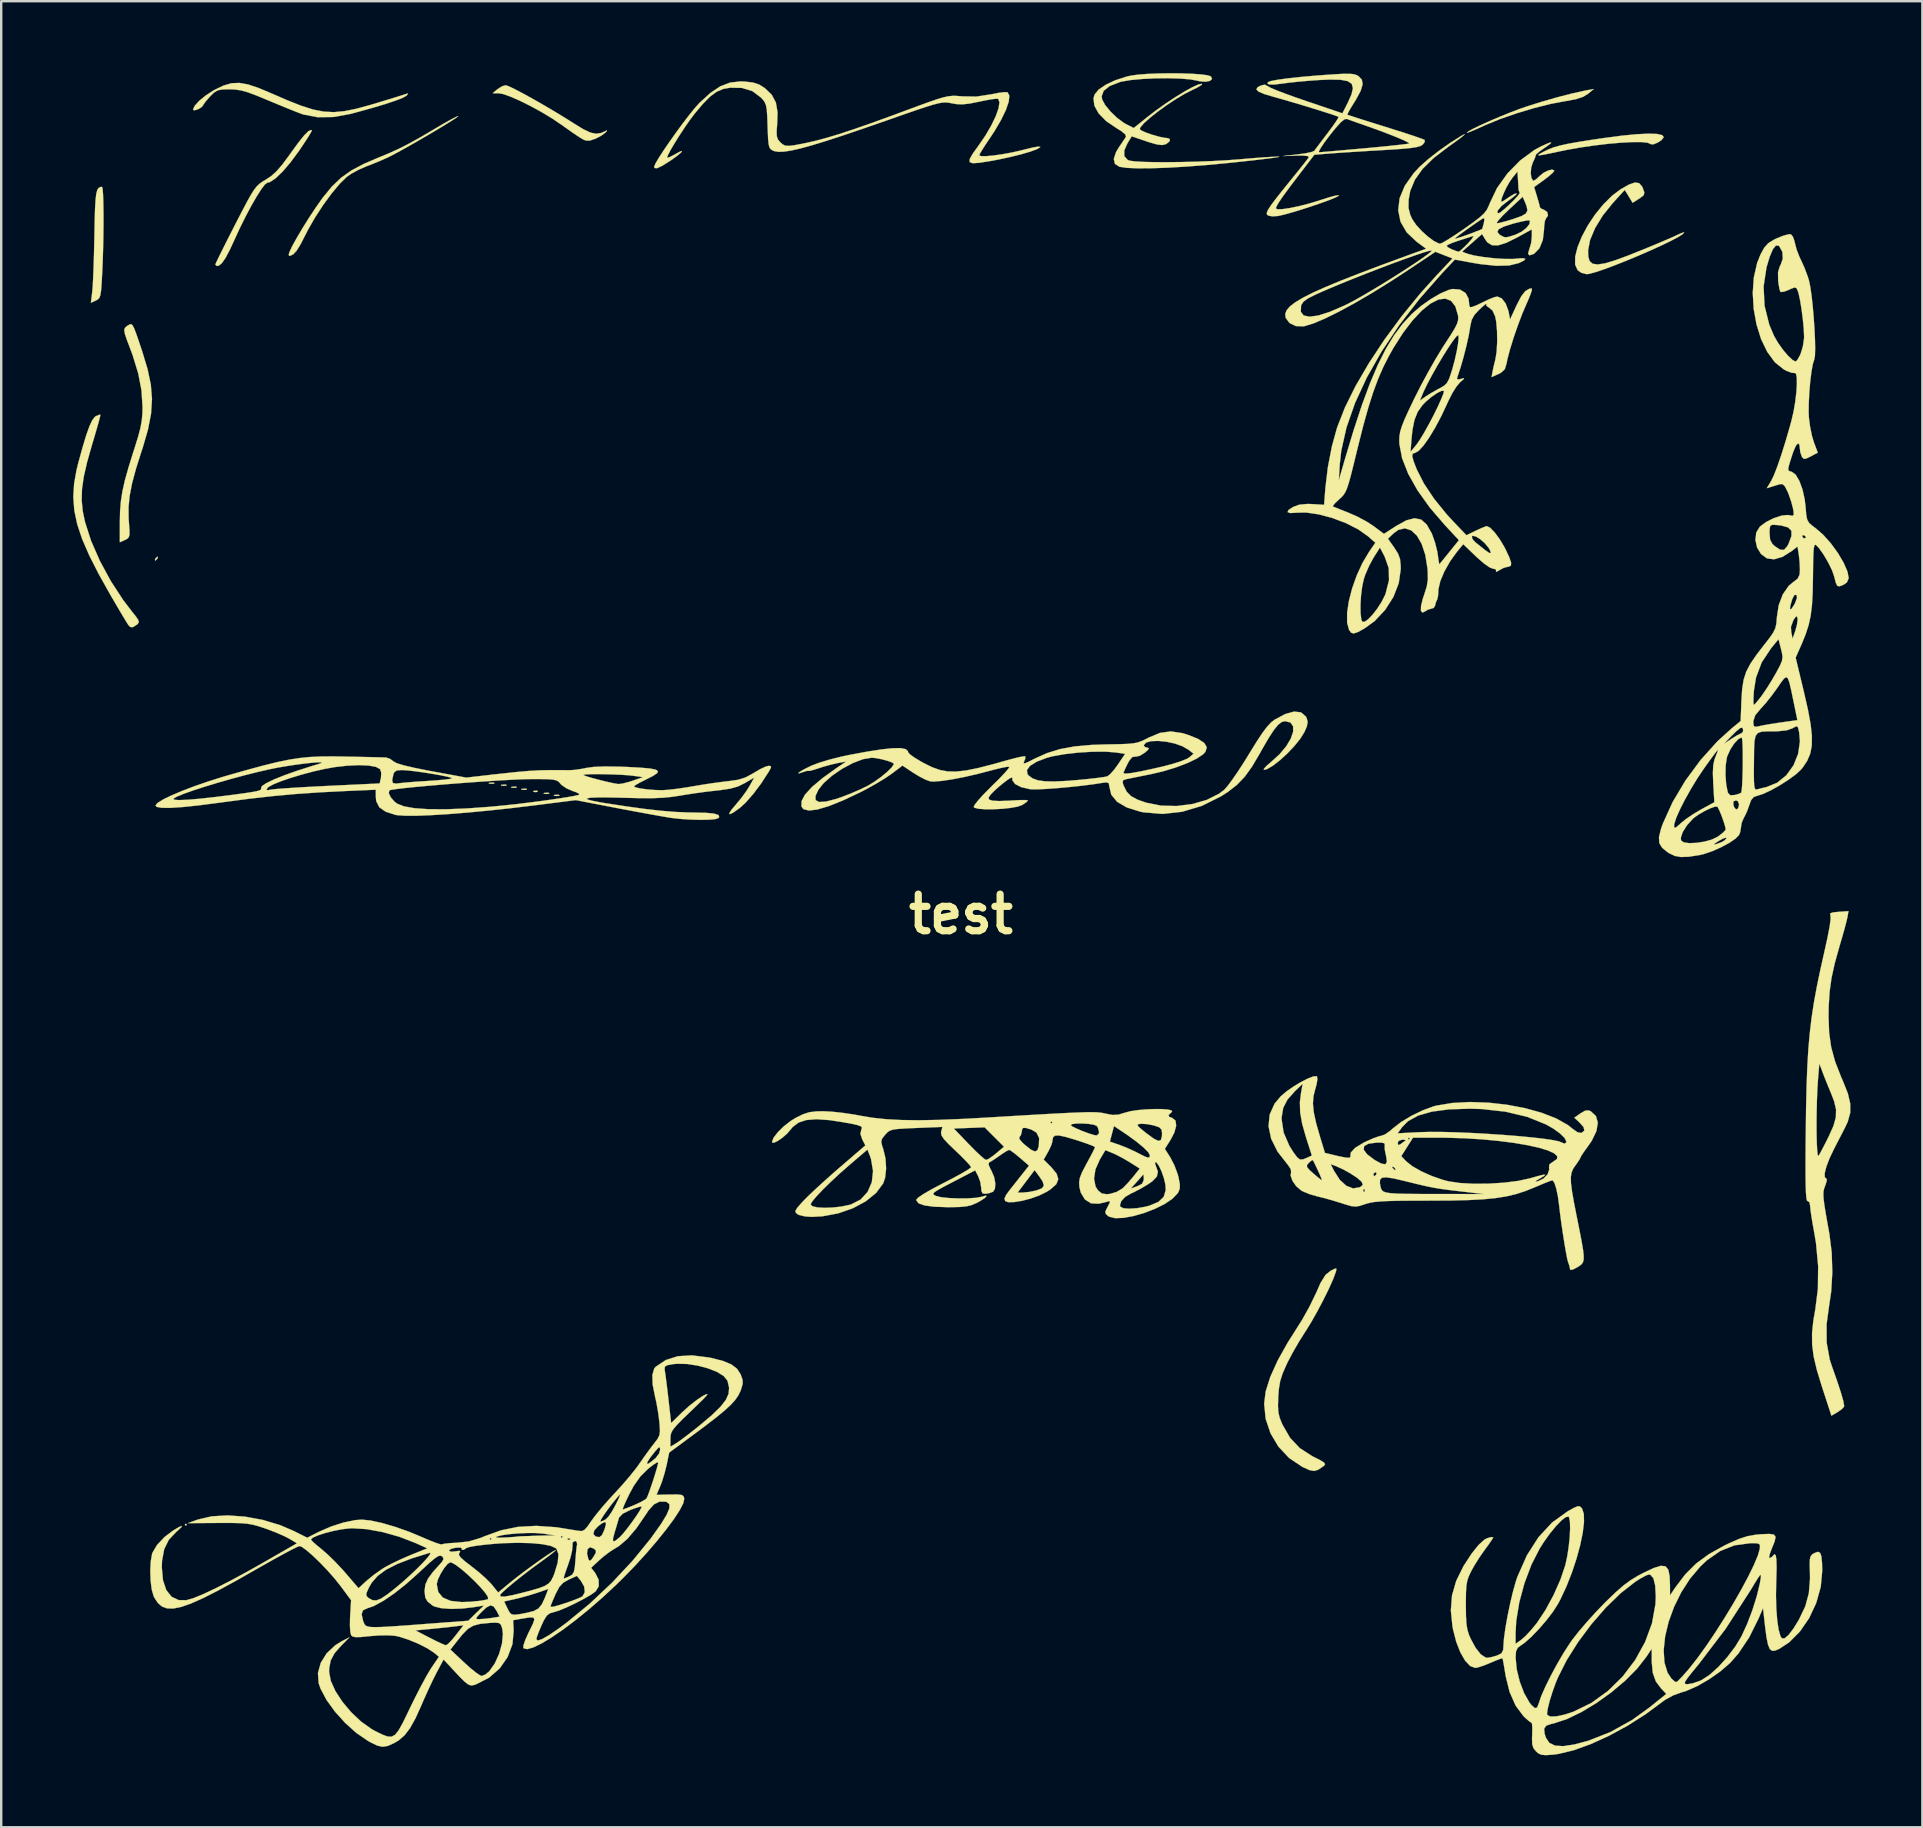
<source format=kicad_pcb>
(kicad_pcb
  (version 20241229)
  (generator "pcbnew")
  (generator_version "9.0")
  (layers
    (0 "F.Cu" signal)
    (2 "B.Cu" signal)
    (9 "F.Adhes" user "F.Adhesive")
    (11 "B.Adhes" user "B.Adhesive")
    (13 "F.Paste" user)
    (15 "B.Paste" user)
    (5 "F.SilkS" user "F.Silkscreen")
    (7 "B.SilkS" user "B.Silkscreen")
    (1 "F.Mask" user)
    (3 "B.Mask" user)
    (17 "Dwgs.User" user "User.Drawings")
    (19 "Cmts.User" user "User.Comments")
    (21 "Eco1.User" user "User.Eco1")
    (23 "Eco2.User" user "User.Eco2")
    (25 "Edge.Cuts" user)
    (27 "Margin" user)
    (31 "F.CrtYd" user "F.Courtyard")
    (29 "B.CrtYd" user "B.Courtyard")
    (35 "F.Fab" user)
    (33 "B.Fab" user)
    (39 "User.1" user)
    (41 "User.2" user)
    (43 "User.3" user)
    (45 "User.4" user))
  (footprint "test"
    (layer "F.Cu")
    (at 36.995 35.046)
    (property "Reference" "test" (at 0 0 0) (layer "F.SilkS") (effects (font (size 1.524 1.524) (thickness 0.3))))
    (attr through_hole)
    (fp_poly (pts (xy -32.258 25.442) (xy -32.3 25.485) (xy -32.343 25.442) (xy -32.3 25.4) (xy -32.258 25.442)) (stroke (width 0.01) (type solid)) (fill yes) (layer "F.SilkS"))
    (fp_poly (pts (xy -19.452 -5.475) (xy -19.442 -5.444) (xy -19.558 -5.432) (xy -19.678 -5.445) (xy -19.664 -5.475) (xy -19.49 -5.486) (xy -19.452 -5.475)) (stroke (width 0.01) (type solid)) (fill yes) (layer "F.SilkS"))
    (fp_poly (pts (xy -18.944 -5.39) (xy -18.934 -5.359) (xy -19.05 -5.347) (xy -19.17 -5.361) (xy -19.156 -5.39) (xy -18.982 -5.401) (xy -18.944 -5.39)) (stroke (width 0.01) (type solid)) (fill yes) (layer "F.SilkS"))
    (fp_poly (pts (xy -18.521 -5.305) (xy -18.51 -5.275) (xy -18.627 -5.263) (xy -18.747 -5.276) (xy -18.733 -5.305) (xy -18.559 -5.317) (xy -18.521 -5.305)) (stroke (width 0.01) (type solid)) (fill yes) (layer "F.SilkS"))
    (fp_poly (pts (xy -18.098 -5.221) (xy -18.087 -5.19) (xy -18.203 -5.178) (xy -18.324 -5.191) (xy -18.309 -5.221) (xy -18.136 -5.232) (xy -18.098 -5.221)) (stroke (width 0.01) (type solid)) (fill yes) (layer "F.SilkS"))
    (fp_poly (pts (xy -17.634 -5.131) (xy -17.659 -5.093) (xy -17.745 -5.087) (xy -17.835 -5.107) (xy -17.796 -5.138) (xy -17.664 -5.148) (xy -17.634 -5.131)) (stroke (width 0.01) (type solid)) (fill yes) (layer "F.SilkS"))
    (fp_poly (pts (xy -17.166 -5.051) (xy -17.156 -5.021) (xy -17.272 -5.009) (xy -17.392 -5.022) (xy -17.378 -5.051) (xy -17.204 -5.063) (xy -17.166 -5.051)) (stroke (width 0.01) (type solid)) (fill yes) (layer "F.SilkS"))
    (fp_poly (pts (xy -16.743 -4.967) (xy -16.732 -4.936) (xy -16.849 -4.924) (xy -16.969 -4.937) (xy -16.954 -4.967) (xy -16.781 -4.978) (xy -16.743 -4.967)) (stroke (width 0.01) (type solid)) (fill yes) (layer "F.SilkS"))
    (fp_poly (pts (xy -33.47 -14.847) (xy -33.486 -14.817) (xy -33.565 -14.736) (xy -33.58 -14.732) (xy -33.586 -14.787) (xy -33.57 -14.817) (xy -33.491 -14.898) (xy -33.476 -14.901) (xy -33.47 -14.847)) (stroke (width 0.01) (type solid)) (fill yes) (layer "F.SilkS"))
    (fp_poly (pts (xy 26.129 -34.185) (xy 25.925 -34.06) (xy 25.637 -33.964) (xy 25.223 -33.886) (xy 25.17 -33.879) (xy 24.568 -33.765) (xy 23.876 -33.59) (xy 23.154 -33.373) (xy 22.46 -33.132) (xy 21.856 -32.885) (xy 21.78 -32.85) (xy 21.475 -32.711) (xy 21.238 -32.612) (xy 21.102 -32.564) (xy 21.082 -32.565) (xy 21.156 -32.628) (xy 21.358 -32.738) (xy 21.659 -32.883) (xy 22.028 -33.049) (xy 22.436 -33.223) (xy 22.853 -33.393) (xy 23.249 -33.544) (xy 23.537 -33.645) (xy 24.187 -33.851) (xy 24.853 -34.042) (xy 25.481 -34.204) (xy 26.014 -34.321) (xy 26.077 -34.333) (xy 26.374 -34.388) (xy 26.129 -34.185)) (stroke (width 0.01) (type solid)) (fill yes) (layer "F.SilkS"))
    (fp_poly (pts (xy -35.769 -30.23) (xy -35.751 -30.006) (xy -35.739 -29.665) (xy -35.732 -29.231) (xy -35.732 -28.73) (xy -35.738 -28.188) (xy -35.751 -27.63) (xy -35.769 -27.082) (xy -35.785 -26.741) (xy -35.809 -26.298) (xy -35.832 -25.994) (xy -35.862 -25.8) (xy -35.904 -25.684) (xy -35.967 -25.618) (xy -36.048 -25.574) (xy -36.258 -25.479) (xy -36.201 -25.935) (xy -36.182 -26.155) (xy -36.163 -26.512) (xy -36.145 -26.974) (xy -36.128 -27.508) (xy -36.115 -28.081) (xy -36.111 -28.279) (xy -36.099 -28.917) (xy -36.084 -29.406) (xy -36.063 -29.766) (xy -36.034 -30.015) (xy -35.993 -30.174) (xy -35.937 -30.263) (xy -35.864 -30.302) (xy -35.793 -30.309) (xy -35.769 -30.23)) (stroke (width 0.01) (type solid)) (fill yes) (layer "F.SilkS"))
    (fp_poly (pts (xy 29.01 -32.514) (xy 29.224 -32.465) (xy 29.289 -32.38) (xy 29.199 -32.26) (xy 29.042 -32.157) (xy 28.855 -32.079) (xy 28.746 -32.088) (xy 28.741 -32.094) (xy 28.619 -32.148) (xy 28.356 -32.175) (xy 27.977 -32.174) (xy 27.508 -32.15) (xy 26.974 -32.103) (xy 26.401 -32.035) (xy 25.813 -31.95) (xy 25.238 -31.848) (xy 24.968 -31.792) (xy 24.53 -31.699) (xy 24.243 -31.642) (xy 24.089 -31.621) (xy 24.055 -31.636) (xy 24.123 -31.687) (xy 24.28 -31.772) (xy 24.299 -31.783) (xy 24.498 -31.878) (xy 24.718 -31.961) (xy 24.987 -32.036) (xy 25.329 -32.11) (xy 25.771 -32.188) (xy 26.338 -32.277) (xy 26.774 -32.341) (xy 27.527 -32.441) (xy 28.155 -32.502) (xy 28.651 -32.526) (xy 29.01 -32.514)) (stroke (width 0.01) (type solid)) (fill yes) (layer "F.SilkS"))
    (fp_poly (pts (xy -18.847 -34.502) (xy -18.601 -34.385) (xy -18.263 -34.208) (xy -17.859 -33.986) (xy -17.414 -33.732) (xy -16.956 -33.463) (xy -16.509 -33.191) (xy -16.129 -32.951) (xy -15.737 -32.711) (xy -15.44 -32.571) (xy -15.205 -32.522) (xy -14.997 -32.554) (xy -14.875 -32.607) (xy -14.75 -32.664) (xy -14.76 -32.63) (xy -14.817 -32.568) (xy -14.979 -32.447) (xy -15.21 -32.325) (xy -15.247 -32.309) (xy -15.477 -32.233) (xy -15.647 -32.244) (xy -15.755 -32.291) (xy -15.912 -32.387) (xy -16.163 -32.555) (xy -16.466 -32.768) (xy -16.637 -32.89) (xy -17.032 -33.157) (xy -17.476 -33.425) (xy -17.937 -33.677) (xy -18.381 -33.898) (xy -18.776 -34.071) (xy -19.088 -34.179) (xy -19.254 -34.208) (xy -19.516 -34.211) (xy -19.316 -34.377) (xy -19.128 -34.498) (xy -18.975 -34.544) (xy -18.847 -34.502)) (stroke (width 0.01) (type solid)) (fill yes) (layer "F.SilkS"))
    (fp_poly (pts (xy -35.877 -20.727) (xy -35.934 -20.508) (xy -36.026 -20.184) (xy -36.143 -19.784) (xy -36.211 -19.558) (xy -36.416 -18.835) (xy -36.554 -18.231) (xy -36.628 -17.712) (xy -36.641 -17.242) (xy -36.596 -16.788) (xy -36.501 -16.339) (xy -36.249 -15.555) (xy -35.882 -14.719) (xy -35.428 -13.881) (xy -34.909 -13.086) (xy -34.563 -12.633) (xy -34.371 -12.392) (xy -34.276 -12.244) (xy -34.263 -12.153) (xy -34.319 -12.083) (xy -34.347 -12.061) (xy -34.512 -11.957) (xy -34.618 -11.968) (xy -34.691 -12.044) (xy -34.761 -12.151) (xy -34.898 -12.377) (xy -35.086 -12.693) (xy -35.308 -13.072) (xy -35.434 -13.287) (xy -35.929 -14.17) (xy -36.323 -14.944) (xy -36.621 -15.63) (xy -36.828 -16.251) (xy -36.949 -16.829) (xy -36.99 -17.385) (xy -36.957 -17.941) (xy -36.854 -18.519) (xy -36.785 -18.796) (xy -36.604 -19.455) (xy -36.451 -19.962) (xy -36.318 -20.332) (xy -36.202 -20.58) (xy -36.096 -20.72) (xy -36.054 -20.751) (xy -35.913 -20.811) (xy -35.862 -20.814) (xy -35.877 -20.727)) (stroke (width 0.01) (type solid)) (fill yes) (layer "F.SilkS"))
    (fp_poly (pts (xy -27.049 -32.665) (xy -27.082 -32.587) (xy -27.195 -32.399) (xy -27.37 -32.129) (xy -27.59 -31.803) (xy -27.6 -31.789) (xy -27.944 -31.324) (xy -28.269 -30.944) (xy -28.558 -30.667) (xy -28.794 -30.51) (xy -28.909 -30.48) (xy -29.007 -30.407) (xy -29.16 -30.205) (xy -29.355 -29.898) (xy -29.578 -29.512) (xy -29.813 -29.07) (xy -30.047 -28.598) (xy -30.237 -28.187) (xy -30.461 -27.7) (xy -30.642 -27.356) (xy -30.792 -27.138) (xy -30.92 -27.029) (xy -31.004 -27.009) (xy -31.071 -27.066) (xy -31.071 -27.072) (xy -31.033 -27.163) (xy -30.929 -27.381) (xy -30.769 -27.704) (xy -30.566 -28.109) (xy -30.33 -28.572) (xy -30.243 -28.743) (xy -29.968 -29.275) (xy -29.755 -29.679) (xy -29.59 -29.975) (xy -29.456 -30.187) (xy -29.34 -30.335) (xy -29.225 -30.443) (xy -29.098 -30.532) (xy -28.974 -30.605) (xy -28.742 -30.759) (xy -28.525 -30.955) (xy -28.291 -31.225) (xy -28.009 -31.603) (xy -27.936 -31.706) (xy -27.614 -32.15) (xy -27.369 -32.454) (xy -27.195 -32.629) (xy -27.082 -32.68) (xy -27.049 -32.665)) (stroke (width 0.01) (type solid)) (fill yes) (layer "F.SilkS"))
    (fp_poly (pts (xy -34.523 -24.543) (xy -34.458 -24.421) (xy -34.373 -24.201) (xy -34.255 -23.86) (xy -34.119 -23.453) (xy -33.896 -22.717) (xy -33.76 -22.069) (xy -33.711 -21.463) (xy -33.75 -20.855) (xy -33.877 -20.2) (xy -34.092 -19.456) (xy -34.152 -19.276) (xy -34.38 -18.556) (xy -34.542 -17.954) (xy -34.642 -17.435) (xy -34.688 -16.964) (xy -34.685 -16.506) (xy -34.674 -16.335) (xy -34.649 -16.009) (xy -34.649 -15.811) (xy -34.682 -15.7) (xy -34.757 -15.635) (xy -34.836 -15.596) (xy -35.052 -15.498) (xy -35.051 -16.364) (xy -35.041 -16.805) (xy -35.007 -17.213) (xy -34.943 -17.625) (xy -34.841 -18.077) (xy -34.693 -18.606) (xy -34.493 -19.249) (xy -34.448 -19.389) (xy -34.295 -19.877) (xy -34.194 -20.256) (xy -34.136 -20.575) (xy -34.109 -20.883) (xy -34.105 -21.124) (xy -34.148 -21.821) (xy -34.283 -22.53) (xy -34.519 -23.299) (xy -34.623 -23.578) (xy -34.762 -23.945) (xy -34.842 -24.187) (xy -34.867 -24.339) (xy -34.839 -24.433) (xy -34.761 -24.503) (xy -34.712 -24.535) (xy -34.638 -24.578) (xy -34.579 -24.588) (xy -34.523 -24.543)) (stroke (width 0.01) (type solid)) (fill yes) (layer "F.SilkS"))
    (fp_poly (pts (xy -20.951 -33.256) (xy -21.009 -33.205) (xy -21.187 -33.086) (xy -21.462 -32.915) (xy -21.806 -32.707) (xy -22.194 -32.477) (xy -22.6 -32.241) (xy -22.997 -32.014) (xy -23.36 -31.811) (xy -23.663 -31.647) (xy -23.834 -31.56) (xy -24.158 -31.413) (xy -24.539 -31.255) (xy -24.774 -31.166) (xy -25.106 -31.021) (xy -25.422 -30.847) (xy -25.595 -30.726) (xy -25.89 -30.437) (xy -26.227 -30.033) (xy -26.578 -29.553) (xy -26.914 -29.037) (xy -27.209 -28.523) (xy -27.312 -28.321) (xy -27.52 -27.914) (xy -27.687 -27.645) (xy -27.83 -27.492) (xy -27.964 -27.434) (xy -27.998 -27.432) (xy -28.011 -27.497) (xy -27.987 -27.58) (xy -27.873 -27.828) (xy -27.682 -28.175) (xy -27.439 -28.586) (xy -27.166 -29.022) (xy -26.886 -29.446) (xy -26.622 -29.821) (xy -26.585 -29.87) (xy -26.216 -30.32) (xy -25.835 -30.685) (xy -25.401 -30.992) (xy -24.875 -31.271) (xy -24.31 -31.513) (xy -23.844 -31.705) (xy -23.426 -31.895) (xy -23.01 -32.106) (xy -22.55 -32.361) (xy -22.002 -32.682) (xy -21.902 -32.742) (xy -21.554 -32.947) (xy -21.26 -33.111) (xy -21.051 -33.22) (xy -20.954 -33.257) (xy -20.951 -33.256)) (stroke (width 0.01) (type solid)) (fill yes) (layer "F.SilkS"))
    (fp_poly (pts (xy 15.649 14.774) (xy 15.632 14.875) (xy 15.62 14.916) (xy 15.51 15.213) (xy 15.332 15.61) (xy 15.108 16.065) (xy 14.86 16.536) (xy 14.611 16.979) (xy 14.382 17.351) (xy 14.355 17.39) (xy 14.103 17.791) (xy 13.842 18.24) (xy 13.622 18.656) (xy 13.578 18.746) (xy 13.407 19.134) (xy 13.304 19.457) (xy 13.248 19.794) (xy 13.224 20.113) (xy 13.212 20.49) (xy 13.229 20.762) (xy 13.285 20.994) (xy 13.389 21.251) (xy 13.397 21.268) (xy 13.715 21.821) (xy 14.117 22.248) (xy 14.64 22.587) (xy 14.706 22.62) (xy 14.986 22.762) (xy 15.135 22.856) (xy 15.175 22.924) (xy 15.129 22.987) (xy 15.101 23.009) (xy 14.889 23.152) (xy 14.718 23.204) (xy 14.526 23.168) (xy 14.254 23.045) (xy 14.219 23.027) (xy 13.676 22.664) (xy 13.232 22.191) (xy 12.902 21.636) (xy 12.698 21.028) (xy 12.636 20.396) (xy 12.7 19.885) (xy 12.892 19.281) (xy 13.202 18.595) (xy 13.618 17.853) (xy 13.865 17.463) (xy 14.223 16.896) (xy 14.522 16.36) (xy 14.803 15.782) (xy 14.989 15.36) (xy 15.196 15.029) (xy 15.412 14.858) (xy 15.588 14.772) (xy 15.649 14.774)) (stroke (width 0.01) (type solid)) (fill yes) (layer "F.SilkS"))
    (fp_poly (pts (xy 28.263 -30.463) (xy 28.385 -30.323) (xy 28.417 -30.254) (xy 28.48 -30.072) (xy 28.452 -29.959) (xy 28.309 -29.847) (xy 28.259 -29.815) (xy 27.99 -29.645) (xy 27.827 -29.914) (xy 27.663 -30.183) (xy 27.163 -29.633) (xy 26.748 -29.116) (xy 26.427 -28.592) (xy 26.217 -28.093) (xy 26.135 -27.659) (xy 26.143 -27.397) (xy 26.202 -27.212) (xy 26.327 -27.105) (xy 26.533 -27.075) (xy 26.836 -27.121) (xy 27.25 -27.244) (xy 27.791 -27.442) (xy 28.197 -27.604) (xy 28.662 -27.793) (xy 29.095 -27.973) (xy 29.461 -28.129) (xy 29.727 -28.246) (xy 29.824 -28.292) (xy 30.018 -28.38) (xy 30.13 -28.414) (xy 30.141 -28.409) (xy 30.066 -28.329) (xy 29.858 -28.201) (xy 29.542 -28.036) (xy 29.143 -27.845) (xy 28.687 -27.638) (xy 28.2 -27.427) (xy 27.707 -27.222) (xy 27.233 -27.035) (xy 26.804 -26.875) (xy 26.446 -26.755) (xy 26.183 -26.684) (xy 26.075 -26.67) (xy 25.844 -26.732) (xy 25.698 -26.837) (xy 25.594 -27.072) (xy 25.598 -27.4) (xy 25.696 -27.796) (xy 25.875 -28.237) (xy 26.121 -28.697) (xy 26.422 -29.15) (xy 26.765 -29.573) (xy 27.135 -29.94) (xy 27.484 -30.203) (xy 27.835 -30.404) (xy 28.087 -30.491) (xy 28.263 -30.463)) (stroke (width 0.01) (type solid)) (fill yes) (layer "F.SilkS"))
    (fp_poly (pts (xy -29.704 -34.576) (xy -29.262 -34.427) (xy -28.755 -34.214) (xy -28.063 -33.914) (xy -27.488 -33.687) (xy -26.997 -33.532) (xy -26.557 -33.445) (xy -26.134 -33.423) (xy -25.694 -33.463) (xy -25.204 -33.562) (xy -24.63 -33.718) (xy -24.285 -33.821) (xy -23.888 -33.942) (xy -23.54 -34.049) (xy -23.278 -34.131) (xy -23.142 -34.175) (xy -23.038 -34.202) (xy -23.072 -34.147) (xy -23.114 -34.104) (xy -23.262 -34.02) (xy -23.558 -33.904) (xy -23.988 -33.761) (xy -24.535 -33.597) (xy -25.184 -33.417) (xy -25.442 -33.348) (xy -26.149 -33.22) (xy -26.814 -33.212) (xy -27.402 -33.324) (xy -27.474 -33.349) (xy -27.718 -33.442) (xy -28.07 -33.583) (xy -28.485 -33.753) (xy -28.915 -33.933) (xy -28.927 -33.938) (xy -29.382 -34.126) (xy -29.726 -34.253) (xy -29.998 -34.328) (xy -30.24 -34.365) (xy -30.483 -34.375) (xy -30.783 -34.367) (xy -30.977 -34.329) (xy -31.128 -34.237) (xy -31.296 -34.072) (xy -31.461 -33.884) (xy -31.564 -33.744) (xy -31.581 -33.705) (xy -31.649 -33.626) (xy -31.792 -33.543) (xy -31.944 -33.497) (xy -32.004 -33.523) (xy -31.934 -33.683) (xy -31.748 -33.89) (xy -31.477 -34.113) (xy -31.157 -34.321) (xy -31.077 -34.365) (xy -30.72 -34.534) (xy -30.396 -34.627) (xy -30.07 -34.641) (xy -29.704 -34.576)) (stroke (width 0.01) (type solid)) (fill yes) (layer "F.SilkS"))
    (fp_poly (pts (xy 9.164 -35.038) (xy 9.612 -35.023) (xy 9.991 -34.997) (xy 10.271 -34.96) (xy 10.416 -34.913) (xy 10.422 -34.909) (xy 10.463 -34.801) (xy 10.373 -34.724) (xy 10.19 -34.689) (xy 9.952 -34.708) (xy 9.855 -34.732) (xy 9.549 -34.788) (xy 9.121 -34.823) (xy 8.615 -34.836) (xy 8.075 -34.83) (xy 7.547 -34.804) (xy 7.076 -34.76) (xy 6.706 -34.698) (xy 6.619 -34.676) (xy 6.201 -34.512) (xy 5.95 -34.314) (xy 5.864 -34.082) (xy 5.886 -33.946) (xy 6.012 -33.715) (xy 6.237 -33.444) (xy 6.512 -33.18) (xy 6.793 -32.973) (xy 6.875 -32.927) (xy 7.2 -32.761) (xy 7.77 -33.219) (xy 8.147 -33.508) (xy 8.549 -33.793) (xy 8.95 -34.057) (xy 9.324 -34.286) (xy 9.647 -34.463) (xy 9.892 -34.575) (xy 10.034 -34.604) (xy 10.052 -34.596) (xy 10.006 -34.541) (xy 9.842 -34.444) (xy 9.641 -34.347) (xy 9.315 -34.181) (xy 8.948 -33.962) (xy 8.569 -33.71) (xy 8.204 -33.446) (xy 7.883 -33.192) (xy 7.633 -32.967) (xy 7.482 -32.794) (xy 7.451 -32.716) (xy 7.525 -32.654) (xy 7.715 -32.57) (xy 7.97 -32.481) (xy 8.242 -32.403) (xy 8.481 -32.353) (xy 8.592 -32.343) (xy 8.708 -32.301) (xy 8.694 -32.206) (xy 8.562 -32.099) (xy 8.53 -32.084) (xy 8.381 -32.051) (xy 8.17 -32.076) (xy 7.858 -32.164) (xy 7.729 -32.207) (xy 7.118 -32.415) (xy 6.94 -32.126) (xy 6.807 -31.826) (xy 6.809 -31.589) (xy 6.945 -31.434) (xy 7.027 -31.402) (xy 7.238 -31.371) (xy 7.589 -31.35) (xy 8.052 -31.339) (xy 8.598 -31.337) (xy 9.2 -31.344) (xy 9.827 -31.359) (xy 10.453 -31.383) (xy 11.048 -31.415) (xy 11.583 -31.454) (xy 11.647 -31.46) (xy 12.138 -31.502) (xy 12.576 -31.536) (xy 12.932 -31.558) (xy 13.175 -31.568) (xy 13.268 -31.565) (xy 13.226 -31.55) (xy 13.036 -31.52) (xy 12.718 -31.479) (xy 12.29 -31.428) (xy 11.773 -31.371) (xy 11.187 -31.309) (xy 11.131 -31.303) (xy 10.229 -31.218) (xy 9.382 -31.153) (xy 8.609 -31.108) (xy 7.927 -31.084) (xy 7.355 -31.081) (xy 6.913 -31.101) (xy 6.618 -31.144) (xy 6.604 -31.148) (xy 6.418 -31.266) (xy 6.37 -31.471) (xy 6.461 -31.753) (xy 6.576 -31.946) (xy 6.728 -32.17) (xy 6.845 -32.345) (xy 6.879 -32.397) (xy 6.848 -32.497) (xy 6.664 -32.646) (xy 6.49 -32.751) (xy 6.055 -33.047) (xy 5.741 -33.366) (xy 5.56 -33.691) (xy 5.525 -34.003) (xy 5.57 -34.157) (xy 5.738 -34.362) (xy 6.038 -34.566) (xy 6.434 -34.752) (xy 6.889 -34.9) (xy 7.051 -34.938) (xy 7.348 -34.982) (xy 7.74 -35.014) (xy 8.195 -35.033) (xy 8.681 -35.041) (xy 9.164 -35.038)) (stroke (width 0.01) (type solid)) (fill yes) (layer "F.SilkS"))
    (fp_poly (pts (xy 36.943 0.127) (xy 36.901 0.308) (xy 36.822 0.608) (xy 36.716 0.983) (xy 36.607 1.355) (xy 36.413 2.052) (xy 36.28 2.658) (xy 36.2 3.233) (xy 36.162 3.841) (xy 36.156 4.276) (xy 36.181 4.948) (xy 36.267 5.548) (xy 36.428 6.138) (xy 36.679 6.782) (xy 36.753 6.949) (xy 36.96 7.469) (xy 37.061 7.899) (xy 37.059 8.279) (xy 36.956 8.65) (xy 36.859 8.86) (xy 36.738 9.097) (xy 36.571 9.419) (xy 36.395 9.761) (xy 36.375 9.799) (xy 36.192 10.186) (xy 36.063 10.527) (xy 35.996 10.795) (xy 35.998 10.963) (xy 36.053 11.007) (xy 36.089 11.075) (xy 36.032 11.273) (xy 36.02 11.304) (xy 35.975 11.422) (xy 35.947 11.542) (xy 35.939 11.689) (xy 35.952 11.889) (xy 35.989 12.167) (xy 36.052 12.549) (xy 36.143 13.06) (xy 36.193 13.335) (xy 36.288 14.105) (xy 36.313 14.926) (xy 36.267 15.723) (xy 36.192 16.227) (xy 36.074 17.091) (xy 36.078 17.86) (xy 36.205 18.558) (xy 36.285 18.808) (xy 36.512 19.452) (xy 36.673 19.944) (xy 36.771 20.286) (xy 36.805 20.484) (xy 36.8 20.527) (xy 36.707 20.628) (xy 36.531 20.751) (xy 36.52 20.758) (xy 36.275 20.9) (xy 35.87 19.657) (xy 35.668 18.994) (xy 35.536 18.435) (xy 35.471 17.935) (xy 35.468 17.447) (xy 35.524 16.924) (xy 35.604 16.468) (xy 35.712 15.607) (xy 35.722 14.667) (xy 35.633 13.707) (xy 35.562 13.286) (xy 35.491 12.894) (xy 35.434 12.542) (xy 35.398 12.277) (xy 35.391 12.171) (xy 35.358 12) (xy 35.285 11.959) (xy 35.255 11.932) (xy 35.232 11.826) (xy 35.215 11.629) (xy 35.204 11.326) (xy 35.198 10.903) (xy 35.197 10.346) (xy 35.201 9.641) (xy 35.205 9.229) (xy 35.212 8.679) (xy 35.655 8.679) (xy 35.657 9.128) (xy 35.666 9.519) (xy 35.681 9.826) (xy 35.703 10.022) (xy 35.731 10.081) (xy 35.736 10.075) (xy 35.813 9.944) (xy 35.94 9.705) (xy 36.096 9.4) (xy 36.158 9.275) (xy 36.358 8.831) (xy 36.46 8.47) (xy 36.469 8.141) (xy 36.386 7.79) (xy 36.272 7.493) (xy 36.13 7.15) (xy 35.99 6.803) (xy 35.914 6.604) (xy 35.772 6.223) (xy 35.719 6.858) (xy 35.692 7.264) (xy 35.673 7.721) (xy 35.661 8.201) (xy 35.655 8.679) (xy 35.212 8.679) (xy 35.218 8.146) (xy 35.239 7.206) (xy 35.27 6.38) (xy 35.313 5.642) (xy 35.372 4.964) (xy 35.449 4.319) (xy 35.546 3.68) (xy 35.668 3.019) (xy 35.816 2.309) (xy 35.972 1.611) (xy 36.111 0.983) (xy 36.201 0.515) (xy 36.242 0.203) (xy 36.236 0.046) (xy 36.229 0.032) (xy 36.223 -0.033) (xy 36.349 -0.075) (xy 36.566 -0.097) (xy 36.987 -0.127) (xy 36.943 0.127)) (stroke (width 0.01) (type solid)) (fill yes) (layer "F.SilkS"))
    (fp_poly (pts (xy -9.02 -34.698) (xy -8.666 -34.657) (xy -8.406 -34.572) (xy -8.172 -34.424) (xy -7.884 -34.147) (xy -7.712 -33.824) (xy -7.642 -33.42) (xy -7.656 -32.96) (xy -7.68 -32.633) (xy -7.674 -32.426) (xy -7.631 -32.292) (xy -7.544 -32.183) (xy -7.539 -32.177) (xy -7.432 -32.081) (xy -7.323 -32.028) (xy -7.172 -32.016) (xy -6.943 -32.043) (xy -6.598 -32.109) (xy -6.452 -32.138) (xy -6.042 -32.232) (xy -5.59 -32.353) (xy -5.076 -32.508) (xy -4.479 -32.704) (xy -3.78 -32.948) (xy -2.958 -33.245) (xy -2.374 -33.461) (xy -1.79 -33.678) (xy -1.34 -33.841) (xy -0.998 -33.959) (xy -0.738 -34.037) (xy -0.534 -34.082) (xy -0.362 -34.101) (xy -0.195 -34.1) (xy -0.009 -34.086) (xy 0.041 -34.081) (xy 0.641 -34.071) (xy 1.248 -34.164) (xy 1.249 -34.164) (xy 1.557 -34.225) (xy 1.803 -34.256) (xy 1.939 -34.252) (xy 1.945 -34.249) (xy 2.018 -34.109) (xy 1.991 -33.857) (xy 1.873 -33.512) (xy 1.67 -33.093) (xy 1.391 -32.618) (xy 1.189 -32.314) (xy 0.998 -32.031) (xy 0.852 -31.798) (xy 0.771 -31.653) (xy 0.762 -31.626) (xy 0.839 -31.59) (xy 1.048 -31.588) (xy 1.355 -31.616) (xy 1.727 -31.669) (xy 2.132 -31.743) (xy 2.535 -31.835) (xy 2.645 -31.863) (xy 3.007 -31.952) (xy 3.23 -31.989) (xy 3.306 -31.973) (xy 3.298 -31.957) (xy 3.164 -31.877) (xy 2.894 -31.779) (xy 2.519 -31.669) (xy 2.07 -31.557) (xy 1.577 -31.45) (xy 1.188 -31.378) (xy 0.761 -31.311) (xy 0.489 -31.294) (xy 0.361 -31.343) (xy 0.367 -31.472) (xy 0.495 -31.697) (xy 0.731 -32.025) (xy 1.023 -32.451) (xy 1.267 -32.871) (xy 1.453 -33.259) (xy 1.569 -33.589) (xy 1.606 -33.836) (xy 1.553 -33.975) (xy 1.545 -33.98) (xy 1.439 -33.98) (xy 1.21 -33.948) (xy 0.9 -33.889) (xy 0.762 -33.859) (xy 0.363 -33.78) (xy 0.068 -33.747) (xy -0.183 -33.757) (xy -0.381 -33.791) (xy -0.509 -33.816) (xy -0.63 -33.828) (xy -0.766 -33.821) (xy -0.938 -33.791) (xy -1.164 -33.732) (xy -1.468 -33.639) (xy -1.867 -33.505) (xy -2.384 -33.327) (xy -3.039 -33.097) (xy -3.09 -33.079) (xy -4.078 -32.736) (xy -4.92 -32.45) (xy -5.628 -32.219) (xy -6.216 -32.039) (xy -6.695 -31.908) (xy -7.078 -31.821) (xy -7.378 -31.776) (xy -7.605 -31.769) (xy -7.774 -31.797) (xy -7.828 -31.818) (xy -7.916 -31.867) (xy -7.975 -31.943) (xy -8.012 -32.076) (xy -8.035 -32.299) (xy -8.051 -32.646) (xy -8.057 -32.84) (xy -8.072 -33.251) (xy -8.092 -33.531) (xy -8.127 -33.718) (xy -8.184 -33.851) (xy -8.274 -33.967) (xy -8.332 -34.029) (xy -8.693 -34.3) (xy -9.131 -34.433) (xy -9.608 -34.442) (xy -9.907 -34.39) (xy -10.179 -34.273) (xy -10.453 -34.072) (xy -10.758 -33.764) (xy -11.091 -33.367) (xy -11.285 -33.11) (xy -11.502 -32.8) (xy -11.721 -32.467) (xy -11.925 -32.142) (xy -12.093 -31.857) (xy -12.206 -31.642) (xy -12.246 -31.527) (xy -12.243 -31.519) (xy -12.16 -31.54) (xy -11.984 -31.627) (xy -11.89 -31.68) (xy -11.695 -31.785) (xy -11.622 -31.801) (xy -11.66 -31.743) (xy -11.799 -31.623) (xy -12.025 -31.457) (xy -12.143 -31.377) (xy -12.464 -31.178) (xy -12.669 -31.085) (xy -12.77 -31.095) (xy -12.785 -31.146) (xy -12.736 -31.27) (xy -12.602 -31.501) (xy -12.402 -31.811) (xy -12.155 -32.172) (xy -11.882 -32.558) (xy -11.601 -32.941) (xy -11.331 -33.294) (xy -11.092 -33.59) (xy -10.903 -33.802) (xy -10.894 -33.81) (xy -10.441 -34.223) (xy -10.028 -34.499) (xy -9.624 -34.654) (xy -9.194 -34.704) (xy -9.02 -34.698)) (stroke (width 0.01) (type solid)) (fill yes) (layer "F.SilkS"))
    (fp_poly (pts (xy 16.367 -35.004) (xy 16.485 -34.968) (xy 16.57 -34.921) (xy 16.708 -34.777) (xy 16.739 -34.581) (xy 16.659 -34.311) (xy 16.464 -33.948) (xy 16.38 -33.814) (xy 16.231 -33.572) (xy 16.131 -33.393) (xy 16.103 -33.317) (xy 16.188 -33.286) (xy 16.41 -33.213) (xy 16.743 -33.106) (xy 17.163 -32.974) (xy 17.644 -32.824) (xy 17.695 -32.808) (xy 18.184 -32.654) (xy 18.618 -32.514) (xy 18.97 -32.397) (xy 19.214 -32.311) (xy 19.325 -32.264) (xy 19.327 -32.263) (xy 19.323 -32.17) (xy 19.239 -32.064) (xy 19.147 -32.01) (xy 18.987 -31.965) (xy 18.737 -31.927) (xy 18.375 -31.892) (xy 17.878 -31.858) (xy 17.565 -31.84) (xy 17.017 -31.808) (xy 16.475 -31.774) (xy 15.982 -31.743) (xy 15.583 -31.715) (xy 15.387 -31.701) (xy 14.729 -31.647) (xy 14.071 -30.789) (xy 13.696 -30.295) (xy 13.422 -29.92) (xy 13.241 -29.653) (xy 13.145 -29.484) (xy 13.123 -29.413) (xy 13.199 -29.375) (xy 13.405 -29.382) (xy 13.711 -29.427) (xy 14.086 -29.505) (xy 14.497 -29.61) (xy 14.915 -29.736) (xy 14.984 -29.759) (xy 15.327 -29.868) (xy 15.585 -29.938) (xy 15.731 -29.962) (xy 15.746 -29.939) (xy 15.622 -29.871) (xy 15.371 -29.768) (xy 15.029 -29.643) (xy 14.633 -29.507) (xy 14.218 -29.372) (xy 13.82 -29.251) (xy 13.477 -29.155) (xy 13.222 -29.097) (xy 13.208 -29.094) (xy 12.976 -29.08) (xy 12.805 -29.112) (xy 12.794 -29.118) (xy 12.75 -29.165) (xy 12.748 -29.238) (xy 12.8 -29.356) (xy 12.916 -29.535) (xy 13.107 -29.792) (xy 13.386 -30.145) (xy 13.759 -30.607) (xy 14.022 -30.933) (xy 14.247 -31.215) (xy 14.413 -31.426) (xy 14.495 -31.536) (xy 14.499 -31.542) (xy 14.454 -31.592) (xy 14.244 -31.614) (xy 13.985 -31.611) (xy 13.42 -31.592) (xy 14.045 -31.664) (xy 14.354 -31.707) (xy 14.594 -31.757) (xy 14.697 -31.796) (xy 14.92 -31.796) (xy 14.922 -31.751) (xy 15.035 -31.759) (xy 15.29 -31.78) (xy 15.661 -31.812) (xy 16.122 -31.853) (xy 16.646 -31.9) (xy 16.838 -31.917) (xy 17.373 -31.967) (xy 17.848 -32.014) (xy 18.239 -32.056) (xy 18.521 -32.09) (xy 18.668 -32.112) (xy 18.683 -32.117) (xy 18.629 -32.164) (xy 18.441 -32.257) (xy 18.144 -32.383) (xy 17.764 -32.533) (xy 17.328 -32.697) (xy 16.891 -32.852) (xy 16.563 -32.967) (xy 16.286 -33.065) (xy 16.108 -33.13) (xy 16.081 -33.141) (xy 15.982 -33.124) (xy 15.83 -33) (xy 15.611 -32.757) (xy 15.382 -32.473) (xy 15.163 -32.183) (xy 15.004 -31.948) (xy 14.92 -31.796) (xy 14.697 -31.796) (xy 14.717 -31.804) (xy 14.722 -31.809) (xy 14.793 -31.905) (xy 14.942 -32.102) (xy 15.143 -32.367) (xy 15.273 -32.539) (xy 15.482 -32.82) (xy 15.641 -33.048) (xy 15.729 -33.192) (xy 15.739 -33.225) (xy 15.645 -33.264) (xy 15.42 -33.341) (xy 15.095 -33.445) (xy 14.701 -33.568) (xy 14.268 -33.7) (xy 13.83 -33.831) (xy 13.415 -33.952) (xy 13.056 -34.053) (xy 13.045 -34.056) (xy 12.645 -34.175) (xy 12.404 -34.277) (xy 12.311 -34.368) (xy 12.358 -34.456) (xy 12.475 -34.522) (xy 12.66 -34.571) (xy 12.795 -34.499) (xy 12.909 -34.436) (xy 13.157 -34.331) (xy 13.511 -34.195) (xy 13.943 -34.039) (xy 14.405 -33.879) (xy 15.897 -33.374) (xy 16.119 -33.812) (xy 16.275 -34.159) (xy 16.335 -34.419) (xy 16.287 -34.601) (xy 16.118 -34.715) (xy 15.817 -34.772) (xy 15.37 -34.78) (xy 14.944 -34.762) (xy 14.487 -34.73) (xy 14.021 -34.688) (xy 13.615 -34.643) (xy 13.434 -34.618) (xy 13.061 -34.573) (xy 12.838 -34.576) (xy 12.771 -34.627) (xy 12.802 -34.674) (xy 12.927 -34.721) (xy 13.204 -34.774) (xy 13.614 -34.83) (xy 14.139 -34.887) (xy 14.761 -34.942) (xy 15.1 -34.968) (xy 15.596 -35.002) (xy 15.952 -35.021) (xy 16.199 -35.022) (xy 16.367 -35.004)) (stroke (width 0.01) (type solid)) (fill yes) (layer "F.SilkS"))
    (fp_poly (pts (xy 14.173 -8.409) (xy 14.371 -8.24) (xy 14.407 -8.174) (xy 14.45 -8.012) (xy 14.416 -7.825) (xy 14.317 -7.595) (xy 14.145 -7.316) (xy 13.896 -7.007) (xy 13.601 -6.696) (xy 13.291 -6.412) (xy 12.997 -6.185) (xy 12.752 -6.044) (xy 12.625 -6.012) (xy 12.625 -6.058) (xy 12.735 -6.179) (xy 12.929 -6.346) (xy 13.282 -6.668) (xy 13.557 -6.998) (xy 13.746 -7.316) (xy 13.844 -7.601) (xy 13.841 -7.831) (xy 13.732 -7.986) (xy 13.509 -8.043) (xy 13.504 -8.043) (xy 13.369 -8.009) (xy 13.221 -7.894) (xy 13.046 -7.682) (xy 12.832 -7.355) (xy 12.566 -6.899) (xy 12.449 -6.688) (xy 12.129 -6.146) (xy 11.826 -5.726) (xy 11.502 -5.389) (xy 11.124 -5.094) (xy 10.838 -4.911) (xy 10.039 -4.513) (xy 9.218 -4.267) (xy 8.397 -4.177) (xy 7.595 -4.246) (xy 7.468 -4.273) (xy 6.909 -4.448) (xy 6.508 -4.683) (xy 6.265 -4.978) (xy 6.181 -5.334) (xy 6.181 -5.347) (xy 6.157 -5.463) (xy 6.054 -5.493) (xy 5.905 -5.473) (xy 5.513 -5.413) (xy 5.047 -5.354) (xy 4.546 -5.3) (xy 4.047 -5.254) (xy 3.588 -5.221) (xy 3.208 -5.202) (xy 2.942 -5.203) (xy 2.879 -5.208) (xy 2.51 -5.294) (xy 2.257 -5.424) (xy 2.141 -5.584) (xy 2.142 -5.677) (xy 2.105 -5.695) (xy 1.979 -5.623) (xy 1.796 -5.488) (xy 1.589 -5.318) (xy 1.39 -5.139) (xy 1.234 -4.978) (xy 1.152 -4.862) (xy 1.152 -4.861) (xy 1.171 -4.778) (xy 1.315 -4.729) (xy 1.597 -4.714) (xy 2.03 -4.731) (xy 2.138 -4.738) (xy 2.446 -4.754) (xy 2.677 -4.756) (xy 2.789 -4.744) (xy 2.794 -4.738) (xy 2.729 -4.669) (xy 2.57 -4.561) (xy 2.549 -4.548) (xy 2.361 -4.481) (xy 2.073 -4.429) (xy 1.727 -4.391) (xy 1.362 -4.372) (xy 1.02 -4.371) (xy 0.741 -4.391) (xy 0.567 -4.433) (xy 0.531 -4.466) (xy 0.575 -4.561) (xy 0.721 -4.746) (xy 0.947 -4.996) (xy 1.233 -5.284) (xy 1.28 -5.331) (xy 1.57 -5.617) (xy 1.804 -5.862) (xy 1.93 -6.006) (xy 2.75 -6.006) (xy 2.775 -5.835) (xy 2.819 -5.781) (xy 2.98 -5.661) (xy 3.199 -5.58) (xy 3.497 -5.537) (xy 3.899 -5.529) (xy 4.427 -5.555) (xy 4.934 -5.597) (xy 5.345 -5.638) (xy 5.703 -5.679) (xy 5.97 -5.717) (xy 6.105 -5.745) (xy 6.227 -5.841) (xy 6.261 -5.88) (xy 6.773 -5.88) (xy 6.854 -5.856) (xy 7.097 -5.88) (xy 7.501 -5.953) (xy 8.064 -6.074) (xy 8.403 -6.152) (xy 8.794 -6.254) (xy 9.139 -6.362) (xy 9.396 -6.463) (xy 9.503 -6.525) (xy 9.694 -6.686) (xy 9.483 -6.852) (xy 9.23 -6.998) (xy 8.912 -7.111) (xy 8.565 -7.186) (xy 8.226 -7.22) (xy 7.931 -7.21) (xy 7.718 -7.153) (xy 7.622 -7.044) (xy 7.62 -7.022) (xy 7.69 -6.953) (xy 7.768 -6.94) (xy 7.836 -6.914) (xy 7.778 -6.83) (xy 7.662 -6.729) (xy 7.454 -6.6) (xy 7.282 -6.563) (xy 7.264 -6.567) (xy 7.142 -6.548) (xy 7.014 -6.395) (xy 6.947 -6.273) (xy 6.842 -6.057) (xy 6.78 -5.909) (xy 6.773 -5.88) (xy 6.261 -5.88) (xy 6.397 -6.036) (xy 6.545 -6.24) (xy 6.841 -6.681) (xy 6.463 -6.738) (xy 6.021 -6.773) (xy 5.476 -6.769) (xy 4.886 -6.733) (xy 4.311 -6.667) (xy 3.811 -6.578) (xy 3.579 -6.516) (xy 3.161 -6.356) (xy 2.882 -6.183) (xy 2.75 -6.006) (xy 1.93 -6.006) (xy 1.961 -6.042) (xy 2.019 -6.134) (xy 2.017 -6.139) (xy 1.919 -6.14) (xy 1.698 -6.099) (xy 1.392 -6.026) (xy 1.217 -5.979) (xy 0.664 -5.835) (xy 0.121 -5.712) (xy -0.381 -5.615) (xy -0.809 -5.552) (xy -1.131 -5.526) (xy -1.281 -5.535) (xy -1.478 -5.607) (xy -1.746 -5.746) (xy -1.978 -5.887) (xy -2.437 -6.192) (xy -2.889 -5.85) (xy -3.162 -5.664) (xy -3.531 -5.44) (xy -3.939 -5.213) (xy -4.189 -5.083) (xy -4.906 -4.744) (xy -5.506 -4.503) (xy -5.984 -4.361) (xy -6.338 -4.319) (xy -6.564 -4.377) (xy -6.647 -4.489) (xy -6.642 -4.714) (xy -6.527 -4.927) (xy -6.062 -4.927) (xy -6.056 -4.753) (xy -5.913 -4.674) (xy -5.631 -4.69) (xy -5.211 -4.799) (xy -4.979 -4.877) (xy -4.594 -5.026) (xy -4.194 -5.199) (xy -3.888 -5.347) (xy -3.613 -5.513) (xy -3.33 -5.716) (xy -3.076 -5.926) (xy -2.886 -6.114) (xy -2.797 -6.248) (xy -2.794 -6.265) (xy -2.868 -6.321) (xy -3.055 -6.39) (xy -3.3 -6.456) (xy -3.548 -6.504) (xy -3.723 -6.519) (xy -4.083 -6.459) (xy -4.507 -6.296) (xy -4.952 -6.058) (xy -5.371 -5.771) (xy -5.721 -5.461) (xy -5.934 -5.195) (xy -6.062 -4.927) (xy -6.527 -4.927) (xy -6.496 -4.984) (xy -6.204 -5.302) (xy -5.763 -5.673) (xy -5.167 -6.101) (xy -5.122 -6.131) (xy -4.784 -6.36) (xy -5.122 -6.3) (xy -5.407 -6.235) (xy -5.746 -6.14) (xy -5.905 -6.088) (xy -6.147 -6.011) (xy -6.309 -5.971) (xy -6.35 -5.971) (xy -6.418 -5.972) (xy -6.562 -5.927) (xy -6.738 -5.869) (xy -6.779 -5.878) (xy -6.701 -5.941) (xy -6.519 -6.046) (xy -6.248 -6.18) (xy -6.244 -6.182) (xy -5.923 -6.306) (xy -5.488 -6.438) (xy -4.995 -6.563) (xy -4.657 -6.635) (xy -3.899 -6.775) (xy -3.294 -6.869) (xy -2.832 -6.917) (xy -2.504 -6.919) (xy -2.299 -6.876) (xy -2.207 -6.788) (xy -2.2 -6.746) (xy -2.13 -6.664) (xy -1.942 -6.529) (xy -1.672 -6.365) (xy -1.53 -6.287) (xy -1.196 -6.122) (xy -0.881 -6.01) (xy -0.559 -5.949) (xy -0.203 -5.942) (xy 0.213 -5.988) (xy 0.716 -6.09) (xy 1.332 -6.248) (xy 1.873 -6.4) (xy 2.209 -6.491) (xy 2.479 -6.554) (xy 2.646 -6.581) (xy 2.68 -6.577) (xy 2.68 -6.478) (xy 2.635 -6.369) (xy 2.61 -6.294) (xy 2.666 -6.287) (xy 2.825 -6.354) (xy 3.072 -6.48) (xy 3.581 -6.71) (xy 4.125 -6.878) (xy 4.739 -6.991) (xy 5.457 -7.055) (xy 6.096 -7.075) (xy 6.579 -7.083) (xy 6.929 -7.096) (xy 7.183 -7.119) (xy 7.378 -7.158) (xy 7.549 -7.22) (xy 7.734 -7.311) (xy 7.819 -7.356) (xy 8.296 -7.555) (xy 8.751 -7.616) (xy 9.239 -7.542) (xy 9.446 -7.479) (xy 9.879 -7.306) (xy 10.144 -7.131) (xy 10.246 -6.952) (xy 10.188 -6.765) (xy 10.095 -6.664) (xy 9.832 -6.486) (xy 9.44 -6.298) (xy 8.961 -6.116) (xy 8.433 -5.955) (xy 7.959 -5.843) (xy 7.572 -5.765) (xy 7.231 -5.696) (xy 6.981 -5.645) (xy 6.882 -5.625) (xy 6.755 -5.578) (xy 6.741 -5.476) (xy 6.782 -5.354) (xy 6.908 -5.103) (xy 7.09 -4.918) (xy 7.365 -4.77) (xy 7.73 -4.643) (xy 8.341 -4.523) (xy 8.991 -4.507) (xy 9.638 -4.588) (xy 10.239 -4.76) (xy 10.751 -5.016) (xy 10.969 -5.18) (xy 11.11 -5.338) (xy 11.313 -5.611) (xy 11.559 -5.969) (xy 11.825 -6.381) (xy 11.999 -6.664) (xy 12.309 -7.167) (xy 12.556 -7.542) (xy 12.757 -7.81) (xy 12.927 -7.993) (xy 13.072 -8.105) (xy 13.515 -8.341) (xy 13.885 -8.443) (xy 14.173 -8.409)) (stroke (width 0.01) (type solid)) (fill yes) (layer "F.SilkS"))
    (fp_poly (pts (xy -25.651 -6.567) (xy -25.145 -6.557) (xy -24.692 -6.547) (xy -24.321 -6.538) (xy -24.061 -6.531) (xy -23.946 -6.527) (xy -23.777 -6.464) (xy -23.656 -6.371) (xy -23.513 -6.293) (xy -23.226 -6.203) (xy -22.786 -6.1) (xy -22.188 -5.98) (xy -22.062 -5.957) (xy -20.616 -5.691) (xy -19.661 -5.799) (xy -15.734 -5.799) (xy -15.63 -5.754) (xy -15.408 -5.686) (xy -15.118 -5.607) (xy -14.807 -5.53) (xy -14.523 -5.466) (xy -14.315 -5.428) (xy -14.26 -5.423) (xy -14.08 -5.448) (xy -13.818 -5.516) (xy -13.668 -5.565) (xy -13.25 -5.711) (xy -13.674 -5.769) (xy -13.917 -5.793) (xy -14.237 -5.812) (xy -14.597 -5.826) (xy -14.961 -5.834) (xy -15.292 -5.835) (xy -15.553 -5.829) (xy -15.708 -5.815) (xy -15.734 -5.799) (xy -19.661 -5.799) (xy -19.177 -5.854) (xy -18.551 -5.921) (xy -18.034 -5.967) (xy -17.567 -5.994) (xy -17.092 -6.004) (xy -16.55 -6.002) (xy -16.298 -5.999) (xy -16.062 -6.016) (xy -15.758 -6.064) (xy -15.621 -6.093) (xy -15.298 -6.138) (xy -14.829 -6.156) (xy -14.206 -6.146) (xy -13.906 -6.135) (xy -13.352 -6.105) (xy -12.959 -6.07) (xy -12.718 -6.023) (xy -12.623 -5.958) (xy -12.665 -5.872) (xy -12.836 -5.758) (xy -13.119 -5.615) (xy -13.376 -5.486) (xy -13.559 -5.381) (xy -13.627 -5.324) (xy -13.553 -5.281) (xy -13.353 -5.238) (xy -13.072 -5.2) (xy -12.751 -5.174) (xy -12.455 -5.166) (xy -12.203 -5.182) (xy -11.843 -5.223) (xy -11.43 -5.284) (xy -11.176 -5.327) (xy -10.724 -5.403) (xy -10.254 -5.473) (xy -9.841 -5.527) (xy -9.679 -5.545) (xy -9.285 -5.601) (xy -8.976 -5.698) (xy -8.672 -5.862) (xy -8.624 -5.892) (xy -8.363 -6.045) (xy -8.139 -6.15) (xy -8.02 -6.181) (xy -7.92 -6.169) (xy -7.918 -6.102) (xy -8.003 -5.948) (xy -8.313 -5.466) (xy -8.644 -5.023) (xy -8.964 -4.656) (xy -9.215 -4.427) (xy -9.483 -4.237) (xy -9.631 -4.163) (xy -9.656 -4.203) (xy -9.557 -4.356) (xy -9.385 -4.559) (xy -9.149 -4.845) (xy -8.929 -5.148) (xy -8.815 -5.331) (xy -8.614 -5.693) (xy -9.011 -5.46) (xy -9.29 -5.323) (xy -9.605 -5.232) (xy -10.015 -5.17) (xy -10.144 -5.156) (xy -10.587 -5.106) (xy -11.1 -5.036) (xy -11.587 -4.96) (xy -11.684 -4.943) (xy -12.057 -4.887) (xy -12.433 -4.851) (xy -12.854 -4.833) (xy -13.363 -4.834) (xy -13.97 -4.848) (xy -14.621 -4.864) (xy -15.108 -4.866) (xy -15.43 -4.853) (xy -15.585 -4.827) (xy -15.574 -4.786) (xy -15.395 -4.732) (xy -15.048 -4.664) (xy -14.845 -4.63) (xy -13.938 -4.491) (xy -13.168 -4.385) (xy -12.506 -4.31) (xy -11.925 -4.262) (xy -11.397 -4.239) (xy -11.117 -4.235) (xy -10.62 -4.223) (xy -10.284 -4.19) (xy -10.104 -4.132) (xy -10.073 -4.05) (xy -10.108 -4.003) (xy -10.237 -3.961) (xy -10.496 -3.937) (xy -10.845 -3.93) (xy -11.246 -3.94) (xy -11.661 -3.966) (xy -12.05 -4.009) (xy -12.15 -4.024) (xy -12.489 -4.082) (xy -12.949 -4.164) (xy -13.485 -4.262) (xy -14.052 -4.368) (xy -14.481 -4.45) (xy -16.05 -4.753) (xy -17.741 -4.539) (xy -18.719 -4.421) (xy -19.658 -4.32) (xy -20.539 -4.236) (xy -21.345 -4.171) (xy -22.059 -4.126) (xy -22.664 -4.102) (xy -23.142 -4.101) (xy -23.477 -4.123) (xy -23.562 -4.137) (xy -23.975 -4.27) (xy -24.238 -4.455) (xy -24.366 -4.707) (xy -24.384 -4.882) (xy -24.384 -5.043) (xy -23.843 -5.043) (xy -23.762 -4.871) (xy -23.605 -4.691) (xy -23.494 -4.606) (xy -23.213 -4.493) (xy -22.775 -4.416) (xy -22.191 -4.375) (xy -21.47 -4.371) (xy -20.621 -4.404) (xy -19.653 -4.473) (xy -19.008 -4.534) (xy -18.499 -4.589) (xy -17.959 -4.655) (xy -17.42 -4.725) (xy -16.916 -4.796) (xy -16.478 -4.864) (xy -16.139 -4.922) (xy -15.932 -4.968) (xy -15.917 -4.972) (xy -15.911 -5.016) (xy -16.043 -5.085) (xy -16.168 -5.127) (xy -16.432 -5.24) (xy -16.644 -5.384) (xy -16.692 -5.436) (xy -16.763 -5.518) (xy -16.853 -5.572) (xy -16.992 -5.606) (xy -17.213 -5.623) (xy -17.548 -5.63) (xy -17.881 -5.63) (xy -18.209 -5.624) (xy -18.644 -5.605) (xy -19.165 -5.577) (xy -19.746 -5.54) (xy -20.364 -5.497) (xy -20.996 -5.45) (xy -21.618 -5.4) (xy -22.207 -5.35) (xy -22.738 -5.301) (xy -23.189 -5.254) (xy -23.536 -5.213) (xy -23.754 -5.179) (xy -23.82 -5.159) (xy -23.843 -5.043) (xy -24.384 -5.043) (xy -24.384 -5.186) (xy -25.675 -5.13) (xy -26.746 -5.075) (xy -27.729 -5.007) (xy -28.683 -4.92) (xy -29.673 -4.808) (xy -30.758 -4.665) (xy -30.892 -4.647) (xy -31.73 -4.538) (xy -32.414 -4.465) (xy -32.942 -4.43) (xy -33.31 -4.432) (xy -33.517 -4.471) (xy -33.565 -4.53) (xy -33.482 -4.633) (xy -33.257 -4.774) (xy -33.192 -4.806) (xy -32.821 -4.806) (xy -32.772 -4.766) (xy -32.566 -4.754) (xy -32.209 -4.769) (xy -31.71 -4.812) (xy -31.077 -4.882) (xy -30.48 -4.957) (xy -29.967 -5.025) (xy -29.6 -5.079) (xy -29.359 -5.122) (xy -29.22 -5.161) (xy -29.186 -5.183) (xy -28.944 -5.183) (xy -28.882 -5.167) (xy -28.744 -5.192) (xy -28.591 -5.21) (xy -28.295 -5.235) (xy -27.883 -5.263) (xy -27.38 -5.294) (xy -26.813 -5.324) (xy -26.356 -5.347) (xy -24.222 -5.448) (xy -24.193 -5.58) (xy -23.703 -5.58) (xy -23.67 -5.464) (xy -23.536 -5.441) (xy -23.431 -5.454) (xy -23.233 -5.477) (xy -22.915 -5.504) (xy -22.525 -5.533) (xy -22.225 -5.551) (xy -21.84 -5.578) (xy -21.516 -5.608) (xy -21.292 -5.637) (xy -21.209 -5.658) (xy -21.252 -5.689) (xy -21.428 -5.735) (xy -21.701 -5.791) (xy -22.037 -5.85) (xy -22.399 -5.907) (xy -22.754 -5.956) (xy -23.065 -5.991) (xy -23.295 -6.006) (xy -23.513 -5.989) (xy -23.62 -5.907) (xy -23.653 -5.821) (xy -23.703 -5.58) (xy -24.193 -5.58) (xy -24.168 -5.691) (xy -24.159 -5.905) (xy -24.208 -6.045) (xy -24.378 -6.138) (xy -24.684 -6.193) (xy -25.099 -6.21) (xy -25.593 -6.186) (xy -26.105 -6.127) (xy -26.527 -6.051) (xy -26.995 -5.944) (xy -27.476 -5.816) (xy -27.935 -5.677) (xy -28.34 -5.538) (xy -28.658 -5.409) (xy -28.855 -5.3) (xy -28.89 -5.269) (xy -28.944 -5.183) (xy -29.186 -5.183) (xy -29.162 -5.199) (xy -29.163 -5.241) (xy -29.167 -5.249) (xy -29.13 -5.337) (xy -28.946 -5.46) (xy -28.632 -5.612) (xy -28.205 -5.784) (xy -27.681 -5.971) (xy -27.079 -6.164) (xy -26.755 -6.261) (xy -26.637 -6.306) (xy -26.662 -6.327) (xy -26.806 -6.328) (xy -27.046 -6.31) (xy -27.357 -6.276) (xy -27.715 -6.229) (xy -28.096 -6.171) (xy -28.476 -6.106) (xy -28.787 -6.044) (xy -29.309 -5.925) (xy -29.87 -5.784) (xy -30.446 -5.628) (xy -31.012 -5.465) (xy -31.542 -5.303) (xy -32.012 -5.15) (xy -32.397 -5.013) (xy -32.672 -4.899) (xy -32.812 -4.817) (xy -32.821 -4.806) (xy -33.192 -4.806) (xy -32.912 -4.943) (xy -32.469 -5.131) (xy -31.947 -5.33) (xy -31.369 -5.53) (xy -30.757 -5.723) (xy -30.513 -5.794) (xy -29.719 -6.019) (xy -29.056 -6.198) (xy -28.495 -6.336) (xy -28.006 -6.437) (xy -27.559 -6.507) (xy -27.125 -6.55) (xy -26.673 -6.571) (xy -26.174 -6.575) (xy -25.651 -6.567)) (stroke (width 0.01) (type solid)) (fill yes) (layer "F.SilkS"))
    (fp_poly (pts (xy 14.837 6.76) (xy 14.856 6.881) (xy 14.816 7.111) (xy 14.769 7.274) (xy 14.692 7.58) (xy 14.668 7.895) (xy 14.703 8.253) (xy 14.798 8.694) (xy 14.95 9.229) (xy 15.169 9.948) (xy 15.714 10.08) (xy 16.019 10.142) (xy 16.193 10.153) (xy 16.227 10.122) (xy 16.246 9.935) (xy 16.357 9.815) (xy 16.784 9.815) (xy 16.926 10.006) (xy 17.229 10.235) (xy 17.244 10.245) (xy 17.521 10.396) (xy 17.687 10.423) (xy 17.751 10.322) (xy 17.721 10.089) (xy 17.72 10.084) (xy 18.351 10.084) (xy 18.55 10.295) (xy 18.808 10.501) (xy 19.183 10.715) (xy 19.628 10.914) (xy 20.092 11.074) (xy 20.32 11.133) (xy 20.791 11.203) (xy 21.373 11.235) (xy 22.009 11.229) (xy 22.646 11.188) (xy 23.229 11.114) (xy 23.684 11.015) (xy 24.055 10.911) (xy 24.274 10.858) (xy 24.354 10.857) (xy 24.304 10.908) (xy 24.135 11.01) (xy 24.13 11.013) (xy 23.966 11.113) (xy 23.948 11.147) (xy 24.045 11.129) (xy 24.281 11.016) (xy 24.452 10.835) (xy 24.517 10.637) (xy 24.507 10.572) (xy 24.52 10.428) (xy 24.677 10.315) (xy 24.84 10.201) (xy 24.848 10.082) (xy 24.714 9.962) (xy 24.453 9.844) (xy 24.078 9.731) (xy 23.604 9.626) (xy 23.044 9.531) (xy 22.413 9.45) (xy 21.724 9.385) (xy 20.991 9.339) (xy 20.228 9.316) (xy 19.897 9.314) (xy 18.838 9.314) (xy 18.595 9.699) (xy 18.351 10.084) (xy 17.72 10.084) (xy 17.707 10.037) (xy 17.661 9.805) (xy 17.658 9.634) (xy 17.663 9.614) (xy 17.644 9.545) (xy 17.591 9.535) (xy 18.203 9.535) (xy 18.223 9.625) (xy 18.31 9.59) (xy 18.352 9.559) (xy 18.485 9.459) (xy 18.535 9.422) (xy 18.493 9.403) (xy 18.387 9.398) (xy 18.235 9.451) (xy 18.203 9.535) (xy 17.591 9.535) (xy 17.5 9.518) (xy 17.318 9.52) (xy 16.981 9.566) (xy 16.802 9.666) (xy 16.784 9.815) (xy 16.357 9.815) (xy 16.432 9.735) (xy 16.784 9.521) (xy 16.876 9.476) (xy 17.15 9.356) (xy 18.627 9.356) (xy 18.669 9.398) (xy 18.711 9.356) (xy 18.669 9.313) (xy 18.627 9.356) (xy 17.15 9.356) (xy 17.163 9.35) (xy 17.403 9.261) (xy 17.541 9.229) (xy 17.681 9.174) (xy 17.739 9.132) (xy 18.2 9.132) (xy 19.112 9.085) (xy 19.541 9.073) (xy 20.06 9.076) (xy 20.648 9.091) (xy 21.279 9.118) (xy 21.929 9.154) (xy 22.576 9.197) (xy 23.195 9.246) (xy 23.763 9.3) (xy 24.255 9.355) (xy 24.648 9.412) (xy 24.918 9.467) (xy 25.039 9.517) (xy 25.156 9.566) (xy 25.229 9.501) (xy 25.231 9.479) (xy 25.159 9.329) (xy 24.964 9.137) (xy 24.68 8.932) (xy 24.381 8.762) (xy 23.6 8.447) (xy 22.701 8.232) (xy 21.708 8.121) (xy 21.209 8.106) (xy 20.341 8.134) (xy 19.625 8.229) (xy 19.057 8.392) (xy 18.632 8.625) (xy 18.378 8.883) (xy 18.2 9.132) (xy 17.739 9.132) (xy 17.881 9.033) (xy 18.007 8.923) (xy 18.341 8.663) (xy 18.777 8.402) (xy 19.252 8.172) (xy 19.7 8.008) (xy 19.812 7.978) (xy 20.476 7.868) (xy 21.208 7.828) (xy 21.978 7.855) (xy 22.753 7.941) (xy 23.503 8.083) (xy 24.197 8.275) (xy 24.804 8.511) (xy 25.292 8.786) (xy 25.501 8.953) (xy 25.697 9.09) (xy 25.855 9.117) (xy 25.861 9.115) (xy 25.979 9.019) (xy 25.946 8.872) (xy 25.778 8.683) (xy 25.562 8.483) (xy 25.818 8.301) (xy 26.016 8.186) (xy 26.165 8.178) (xy 26.248 8.214) (xy 26.463 8.412) (xy 26.541 8.692) (xy 26.482 9.041) (xy 26.289 9.443) (xy 26.112 9.699) (xy 25.954 9.915) (xy 25.849 10.075) (xy 25.823 10.132) (xy 25.776 10.227) (xy 25.659 10.4) (xy 25.612 10.464) (xy 25.511 10.613) (xy 25.446 10.769) (xy 25.416 10.959) (xy 25.422 11.21) (xy 25.465 11.548) (xy 25.544 12.001) (xy 25.648 12.531) (xy 25.772 13.15) (xy 25.864 13.624) (xy 25.924 13.976) (xy 25.952 14.228) (xy 25.95 14.401) (xy 25.917 14.517) (xy 25.854 14.598) (xy 25.762 14.666) (xy 25.698 14.707) (xy 25.513 14.804) (xy 25.403 14.827) (xy 25.389 14.813) (xy 25.356 14.654) (xy 25.295 14.478) (xy 25.258 14.329) (xy 25.206 14.051) (xy 25.144 13.685) (xy 25.079 13.27) (xy 25.017 12.847) (xy 24.965 12.455) (xy 24.93 12.15) (xy 24.877 11.759) (xy 24.808 11.43) (xy 24.732 11.197) (xy 24.658 11.094) (xy 24.646 11.091) (xy 24.545 11.123) (xy 24.328 11.207) (xy 24.036 11.329) (xy 23.907 11.384) (xy 23.522 11.539) (xy 23.139 11.663) (xy 22.734 11.76) (xy 22.282 11.832) (xy 21.758 11.883) (xy 21.14 11.915) (xy 20.402 11.933) (xy 19.519 11.938) (xy 19.495 11.938) (xy 18.794 11.939) (xy 18.24 11.944) (xy 17.811 11.954) (xy 17.484 11.971) (xy 17.236 11.994) (xy 17.045 12.026) (xy 16.888 12.068) (xy 16.84 12.085) (xy 16.616 12.158) (xy 16.445 12.186) (xy 16.265 12.166) (xy 16.015 12.094) (xy 15.855 12.042) (xy 15.489 11.929) (xy 15.116 11.825) (xy 14.862 11.764) (xy 14.551 11.676) (xy 14.262 11.558) (xy 14.183 11.515) (xy 16.764 11.515) (xy 16.795 11.584) (xy 16.82 11.571) (xy 16.831 11.471) (xy 16.82 11.458) (xy 16.77 11.47) (xy 16.764 11.515) (xy 14.183 11.515) (xy 14.173 11.509) (xy 13.968 11.332) (xy 13.814 11.109) (xy 13.739 10.892) (xy 13.759 10.751) (xy 13.747 10.632) (xy 13.64 10.462) (xy 13.636 10.457) (xy 14.421 10.457) (xy 14.425 10.544) (xy 14.529 10.664) (xy 14.683 10.802) (xy 14.874 10.965) (xy 15.007 11.07) (xy 15.041 11.091) (xy 15.024 11.022) (xy 14.952 10.846) (xy 14.881 10.689) (xy 14.77 10.456) (xy 14.752 10.417) (xy 15.407 10.417) (xy 15.545 10.691) (xy 15.788 11.071) (xy 16.061 11.32) (xy 16.343 11.428) (xy 16.616 11.382) (xy 16.674 11.35) (xy 16.752 11.268) (xy 16.724 11.21) (xy 17.459 11.21) (xy 17.481 11.332) (xy 17.504 11.428) (xy 17.541 11.503) (xy 17.609 11.56) (xy 17.729 11.601) (xy 17.918 11.629) (xy 18.197 11.646) (xy 18.585 11.655) (xy 19.1 11.66) (xy 19.762 11.661) (xy 19.897 11.661) (xy 21.802 11.664) (xy 20.858 11.556) (xy 20.398 11.502) (xy 20.039 11.454) (xy 19.729 11.404) (xy 19.417 11.342) (xy 19.053 11.258) (xy 18.587 11.144) (xy 18.473 11.116) (xy 18.033 11.013) (xy 17.733 10.967) (xy 17.552 10.981) (xy 17.467 11.061) (xy 17.459 11.21) (xy 16.724 11.21) (xy 16.698 11.157) (xy 16.681 11.135) (xy 16.515 10.991) (xy 16.283 10.837) (xy 17.187 10.837) (xy 17.216 10.92) (xy 17.225 10.922) (xy 17.297 10.863) (xy 17.314 10.837) (xy 17.308 10.759) (xy 17.277 10.753) (xy 17.191 10.814) (xy 17.187 10.837) (xy 16.283 10.837) (xy 16.252 10.816) (xy 15.947 10.645) (xy 15.682 10.523) (xy 17.963 10.523) (xy 17.984 10.57) (xy 18.069 10.661) (xy 18.118 10.642) (xy 18.119 10.631) (xy 18.059 10.559) (xy 18.021 10.533) (xy 17.963 10.523) (xy 15.682 10.523) (xy 15.66 10.513) (xy 15.641 10.505) (xy 15.407 10.417) (xy 14.752 10.417) (xy 14.691 10.293) (xy 14.668 10.25) (xy 14.599 10.273) (xy 14.497 10.362) (xy 14.421 10.457) (xy 13.636 10.457) (xy 13.61 10.428) (xy 13.192 9.892) (xy 12.928 9.359) (xy 12.819 8.842) (xy 12.846 8.554) (xy 13.364 8.554) (xy 13.448 9.102) (xy 13.691 9.663) (xy 13.858 9.927) (xy 14.014 10.137) (xy 14.132 10.226) (xy 14.268 10.215) (xy 14.42 10.152) (xy 14.624 10.059) (xy 14.383 9.308) (xy 14.22 8.737) (xy 14.136 8.262) (xy 14.125 7.833) (xy 14.172 7.451) (xy 14.242 7.07) (xy 13.929 7.366) (xy 13.611 7.721) (xy 13.431 8.07) (xy 13.366 8.461) (xy 13.364 8.554) (xy 12.846 8.554) (xy 12.866 8.351) (xy 13.07 7.898) (xy 13.327 7.59) (xy 13.565 7.388) (xy 13.856 7.185) (xy 14.164 6.999) (xy 14.451 6.852) (xy 14.683 6.763) (xy 14.823 6.751) (xy 14.837 6.76)) (stroke (width 0.01) (type solid)) (fill yes) (layer "F.SilkS"))
    (fp_poly (pts (xy 25.79 24.677) (xy 25.86 24.742) (xy 25.884 24.773) (xy 25.958 24.992) (xy 25.965 25.337) (xy 25.912 25.781) (xy 25.805 26.298) (xy 25.652 26.861) (xy 25.458 27.444) (xy 25.231 28.02) (xy 24.977 28.562) (xy 24.887 28.732) (xy 24.679 29.059) (xy 24.398 29.427) (xy 24.08 29.796) (xy 23.763 30.124) (xy 23.481 30.372) (xy 23.356 30.458) (xy 23.202 30.573) (xy 23.132 30.72) (xy 23.115 30.963) (xy 23.115 30.985) (xy 23.162 31.47) (xy 23.287 31.983) (xy 23.471 32.465) (xy 23.694 32.857) (xy 23.772 32.956) (xy 23.918 33.086) (xy 24.014 33.059) (xy 24.085 32.872) (xy 24.186 32.576) (xy 24.362 32.179) (xy 24.59 31.72) (xy 24.85 31.24) (xy 25.121 30.777) (xy 25.383 30.372) (xy 25.488 30.223) (xy 25.759 29.879) (xy 26.109 29.471) (xy 26.493 29.048) (xy 26.866 28.663) (xy 26.872 28.657) (xy 27.273 28.27) (xy 27.604 27.98) (xy 27.908 27.755) (xy 28.223 27.564) (xy 28.449 27.446) (xy 28.868 27.249) (xy 29.166 27.156) (xy 29.363 27.176) (xy 29.479 27.319) (xy 29.534 27.594) (xy 29.548 27.973) (xy 29.549 28.387) (xy 29.771 28.058) (xy 30.186 27.511) (xy 30.64 27.059) (xy 31.172 26.669) (xy 31.823 26.307) (xy 32.004 26.22) (xy 32.426 26.035) (xy 32.775 25.921) (xy 33.118 25.86) (xy 33.337 25.84) (xy 33.683 25.826) (xy 33.88 25.854) (xy 33.949 25.952) (xy 33.908 26.148) (xy 33.785 26.451) (xy 33.704 26.671) (xy 33.679 26.812) (xy 33.695 26.839) (xy 33.807 26.778) (xy 33.824 26.755) (xy 33.901 26.671) (xy 33.954 26.715) (xy 33.983 26.897) (xy 33.991 27.227) (xy 33.979 27.714) (xy 33.976 27.792) (xy 33.965 28.387) (xy 33.979 28.941) (xy 34.017 29.426) (xy 34.075 29.816) (xy 34.15 30.082) (xy 34.208 30.176) (xy 34.321 30.181) (xy 34.488 30.04) (xy 34.697 29.766) (xy 34.919 29.404) (xy 35.185 28.849) (xy 35.334 28.304) (xy 35.383 27.701) (xy 35.38 27.465) (xy 35.37 27.111) (xy 35.377 26.889) (xy 35.409 26.758) (xy 35.475 26.679) (xy 35.563 26.626) (xy 35.705 26.572) (xy 35.799 26.608) (xy 35.856 26.753) (xy 35.884 27.029) (xy 35.893 27.36) (xy 35.831 28.034) (xy 35.643 28.704) (xy 35.348 29.335) (xy 34.963 29.895) (xy 34.508 30.35) (xy 34.104 30.615) (xy 33.933 30.69) (xy 33.804 30.698) (xy 33.707 30.622) (xy 33.633 30.442) (xy 33.571 30.14) (xy 33.512 29.696) (xy 33.482 29.424) (xy 33.426 28.919) (xy 33.244 29.342) (xy 32.849 30.136) (xy 32.401 30.808) (xy 32.059 31.198) (xy 31.651 31.553) (xy 31.173 31.888) (xy 30.676 32.173) (xy 30.212 32.376) (xy 30.014 32.435) (xy 29.68 32.556) (xy 29.349 32.738) (xy 29.252 32.808) (xy 28.54 33.335) (xy 27.782 33.817) (xy 27.008 34.238) (xy 26.248 34.585) (xy 25.533 34.843) (xy 24.891 34.997) (xy 24.673 35.026) (xy 24.373 35.046) (xy 24.184 35.029) (xy 24.052 34.965) (xy 23.965 34.887) (xy 23.857 34.751) (xy 23.806 34.588) (xy 23.799 34.338) (xy 23.805 34.198) (xy 23.811 33.945) (xy 24.303 33.945) (xy 24.327 34.166) (xy 24.383 34.329) (xy 24.523 34.536) (xy 24.759 34.649) (xy 25.102 34.671) (xy 25.565 34.601) (xy 26.156 34.442) (xy 27.067 34.084) (xy 27.965 33.585) (xy 28.69 33.062) (xy 29.394 32.494) (xy 29.18 32.27) (xy 29.019 32.054) (xy 30.162 32.054) (xy 30.204 32.084) (xy 30.283 32.089) (xy 30.5 32.052) (xy 30.772 31.959) (xy 30.872 31.914) (xy 31.201 31.699) (xy 31.566 31.37) (xy 31.934 30.964) (xy 32.269 30.521) (xy 32.526 30.096) (xy 32.757 29.595) (xy 32.978 29.016) (xy 33.163 28.428) (xy 33.292 27.899) (xy 33.314 27.771) (xy 33.337 27.608) (xy 33.335 27.53) (xy 33.294 27.552) (xy 33.201 27.686) (xy 33.043 27.944) (xy 32.911 28.164) (xy 31.869 29.778) (xy 30.759 31.238) (xy 30.737 31.265) (xy 30.458 31.604) (xy 30.277 31.835) (xy 30.182 31.978) (xy 30.162 32.054) (xy 29.019 32.054) (xy 28.957 31.97) (xy 28.832 31.618) (xy 28.787 31.166) (xy 28.787 31.09) (xy 28.787 30.673) (xy 29.285 30.673) (xy 29.317 31.186) (xy 29.448 31.613) (xy 29.61 31.856) (xy 29.74 31.972) (xy 29.809 32.004) (xy 29.889 31.943) (xy 30.048 31.781) (xy 30.256 31.547) (xy 30.353 31.433) (xy 30.696 30.997) (xy 31.065 30.485) (xy 31.446 29.919) (xy 31.825 29.324) (xy 32.189 28.723) (xy 32.523 28.138) (xy 32.814 27.595) (xy 33.048 27.115) (xy 33.212 26.722) (xy 33.291 26.44) (xy 33.294 26.416) (xy 33.296 26.293) (xy 33.243 26.232) (xy 33.093 26.213) (xy 32.869 26.216) (xy 32.23 26.304) (xy 31.642 26.538) (xy 31.085 26.928) (xy 30.809 27.188) (xy 30.382 27.693) (xy 30.016 28.261) (xy 29.717 28.868) (xy 29.491 29.489) (xy 29.345 30.099) (xy 29.285 30.673) (xy 28.787 30.673) (xy 28.787 30.61) (xy 28.564 30.947) (xy 28.179 31.44) (xy 27.683 31.94) (xy 27.109 32.424) (xy 26.491 32.868) (xy 25.862 33.248) (xy 25.256 33.541) (xy 24.706 33.723) (xy 24.613 33.742) (xy 24.394 33.814) (xy 24.303 33.945) (xy 23.811 33.945) (xy 23.812 33.933) (xy 23.799 33.751) (xy 23.777 33.697) (xy 23.688 33.642) (xy 23.529 33.504) (xy 23.445 33.423) (xy 23.355 33.303) (xy 24.426 33.303) (xy 24.435 33.373) (xy 24.569 33.437) (xy 24.825 33.428) (xy 25.177 33.351) (xy 25.526 33.235) (xy 26.272 32.871) (xy 26.96 32.375) (xy 27.575 31.771) (xy 28.097 31.082) (xy 28.511 30.333) (xy 28.799 29.549) (xy 28.943 28.753) (xy 28.956 28.434) (xy 28.931 27.972) (xy 28.856 27.672) (xy 28.731 27.529) (xy 28.666 27.517) (xy 28.54 27.562) (xy 28.326 27.678) (xy 28.098 27.823) (xy 27.49 28.299) (xy 26.871 28.901) (xy 26.27 29.593) (xy 25.716 30.337) (xy 25.239 31.095) (xy 24.869 31.83) (xy 24.787 32.03) (xy 24.648 32.418) (xy 24.534 32.784) (xy 24.457 33.091) (xy 24.426 33.303) (xy 23.355 33.303) (xy 23.117 32.986) (xy 22.865 32.416) (xy 22.697 31.735) (xy 22.686 31.665) (xy 22.637 31.359) (xy 22.596 31.128) (xy 22.57 31.013) (xy 22.568 31.008) (xy 22.486 31.028) (xy 22.295 31.101) (xy 22.066 31.199) (xy 21.786 31.312) (xy 21.55 31.389) (xy 21.433 31.411) (xy 21.221 31.331) (xy 21.009 31.106) (xy 20.811 30.76) (xy 20.639 30.319) (xy 20.507 29.805) (xy 20.484 29.685) (xy 20.416 29.012) (xy 20.464 28.39) (xy 20.638 27.786) (xy 20.945 27.164) (xy 21.29 26.637) (xy 21.567 26.291) (xy 21.811 26.069) (xy 21.931 26.005) (xy 22.103 25.958) (xy 22.182 25.965) (xy 22.183 25.968) (xy 22.135 26.057) (xy 22.011 26.24) (xy 21.839 26.475) (xy 21.612 26.798) (xy 21.39 27.152) (xy 21.268 27.371) (xy 21.168 27.579) (xy 21.102 27.769) (xy 21.064 27.984) (xy 21.046 28.269) (xy 21.041 28.669) (xy 21.041 28.787) (xy 21.046 29.238) (xy 21.065 29.565) (xy 21.104 29.812) (xy 21.169 30.024) (xy 21.236 30.183) (xy 21.446 30.571) (xy 21.661 30.843) (xy 21.864 30.977) (xy 21.931 30.988) (xy 22.109 30.961) (xy 22.338 30.896) (xy 22.339 30.895) (xy 22.527 30.802) (xy 22.598 30.657) (xy 22.606 30.522) (xy 22.629 30.192) (xy 22.663 29.943) (xy 23.114 29.943) (xy 23.114 30.407) (xy 23.362 30.23) (xy 23.535 30.075) (xy 23.761 29.832) (xy 23.991 29.551) (xy 24.01 29.526) (xy 24.361 28.997) (xy 24.698 28.373) (xy 24.984 27.728) (xy 25.184 27.136) (xy 25.264 26.774) (xy 25.326 26.374) (xy 25.368 25.972) (xy 25.386 25.608) (xy 25.379 25.317) (xy 25.344 25.139) (xy 25.318 25.105) (xy 25.203 25.127) (xy 25.02 25.27) (xy 24.791 25.508) (xy 24.537 25.819) (xy 24.281 26.179) (xy 24.12 26.432) (xy 23.774 27.108) (xy 23.485 27.874) (xy 23.268 28.675) (xy 23.141 29.452) (xy 23.114 29.943) (xy 22.663 29.943) (xy 22.69 29.746) (xy 22.782 29.234) (xy 22.893 28.701) (xy 23.014 28.197) (xy 23.136 27.769) (xy 23.19 27.612) (xy 23.585 26.721) (xy 24.067 25.966) (xy 24.635 25.353) (xy 25.279 24.889) (xy 25.54 24.743) (xy 25.697 24.675) (xy 25.79 24.677)) (stroke (width 0.01) (type solid)) (fill yes) (layer "F.SilkS"))
    (fp_poly (pts (xy 8.368 8.123) (xy 8.618 8.141) (xy 8.773 8.177) (xy 8.801 8.23) (xy 8.784 8.246) (xy 8.654 8.369) (xy 8.678 8.445) (xy 8.805 8.491) (xy 8.941 8.601) (xy 8.97 8.813) (xy 8.894 9.1) (xy 8.736 9.403) (xy 8.498 9.779) (xy 8.733 10.15) (xy 8.895 10.466) (xy 9.031 10.83) (xy 9.068 10.972) (xy 9.121 11.252) (xy 9.12 11.435) (xy 9.061 11.583) (xy 9.03 11.633) (xy 8.815 11.859) (xy 8.489 12.078) (xy 8.087 12.278) (xy 7.643 12.45) (xy 7.195 12.579) (xy 6.777 12.656) (xy 6.424 12.669) (xy 6.173 12.605) (xy 6.138 12.583) (xy 6.032 12.488) (xy 6.018 12.393) (xy 6.094 12.231) (xy 6.119 12.187) (xy 6.147 12.13) (xy 6.627 12.13) (xy 6.647 12.194) (xy 6.773 12.255) (xy 7.016 12.274) (xy 7.333 12.253) (xy 7.678 12.194) (xy 7.859 12.146) (xy 8.231 11.99) (xy 8.452 11.778) (xy 8.534 11.493) (xy 8.519 11.261) (xy 8.454 10.986) (xy 8.357 10.711) (xy 8.247 10.482) (xy 8.147 10.347) (xy 8.109 10.329) (xy 8.086 10.39) (xy 8.125 10.493) (xy 8.209 10.732) (xy 8.165 10.934) (xy 7.978 11.13) (xy 7.809 11.248) (xy 7.516 11.423) (xy 7.221 11.579) (xy 7.093 11.637) (xy 6.845 11.783) (xy 6.68 11.96) (xy 6.627 12.13) (xy 6.147 12.13) (xy 6.205 12.014) (xy 6.199 11.955) (xy 6.146 11.966) (xy 5.981 12.013) (xy 5.748 12.064) (xy 5.734 12.067) (xy 5.421 12.05) (xy 5.166 11.889) (xy 4.993 11.603) (xy 4.938 11.374) (xy 4.925 11.174) (xy 4.951 11.021) (xy 5.546 11.021) (xy 5.611 11.351) (xy 5.715 11.514) (xy 5.871 11.639) (xy 6.068 11.67) (xy 6.21 11.657) (xy 6.487 11.575) (xy 6.727 11.433) (xy 7.077 11.433) (xy 7.349 11.339) (xy 7.545 11.237) (xy 7.617 11.088) (xy 7.62 11.027) (xy 7.613 10.878) (xy 7.599 10.845) (xy 7.534 10.924) (xy 7.396 11.081) (xy 7.327 11.157) (xy 7.077 11.433) (xy 6.727 11.433) (xy 6.729 11.433) (xy 6.748 11.416) (xy 6.937 11.221) (xy 7.15 10.978) (xy 7.205 10.91) (xy 7.451 10.601) (xy 7.049 10.346) (xy 6.755 10.173) (xy 6.46 10.019) (xy 6.333 9.962) (xy 6.02 9.834) (xy 5.785 10.23) (xy 5.605 10.635) (xy 5.546 11.021) (xy 4.951 11.021) (xy 4.958 10.983) (xy 5.049 10.753) (xy 5.215 10.433) (xy 5.239 10.39) (xy 5.398 10.098) (xy 5.518 9.864) (xy 5.583 9.727) (xy 5.588 9.708) (xy 5.513 9.664) (xy 5.309 9.583) (xy 5.012 9.48) (xy 5.003 9.477) (xy 6.206 9.477) (xy 6.595 9.611) (xy 6.922 9.739) (xy 7.268 9.898) (xy 7.366 9.948) (xy 7.635 10.086) (xy 7.788 10.144) (xy 7.858 10.128) (xy 7.874 10.043) (xy 7.805 9.918) (xy 7.613 9.725) (xy 7.32 9.483) (xy 6.947 9.211) (xy 6.766 9.088) (xy 6.378 8.83) (xy 6.206 9.477) (xy 5.003 9.477) (xy 4.767 9.401) (xy 4.362 9.281) (xy 4.089 9.223) (xy 3.923 9.228) (xy 3.84 9.298) (xy 3.812 9.435) (xy 3.811 9.471) (xy 3.771 9.613) (xy 3.672 9.828) (xy 3.63 9.907) (xy 3.449 10.228) (xy 3.762 10.541) (xy 3.986 10.812) (xy 4.058 11.042) (xy 3.974 11.254) (xy 3.73 11.47) (xy 3.571 11.571) (xy 3.263 11.723) (xy 2.906 11.851) (xy 2.543 11.946) (xy 2.215 11.999) (xy 1.964 12) (xy 1.844 11.954) (xy 1.812 11.856) (xy 1.883 11.699) (xy 1.956 11.599) (xy 2.365 11.599) (xy 2.601 11.599) (xy 2.845 11.575) (xy 3.126 11.518) (xy 3.154 11.51) (xy 3.376 11.424) (xy 3.456 11.308) (xy 3.401 11.132) (xy 3.271 10.937) (xy 3.07 10.665) (xy 2.718 11.132) (xy 2.365 11.599) (xy 1.956 11.599) (xy 2.017 11.516) (xy 2.243 11.23) (xy 2.487 10.921) (xy 2.561 10.828) (xy 2.836 10.48) (xy 2.455 10.151) (xy 2.242 9.975) (xy 2.077 9.855) (xy 2.01 9.822) (xy 1.91 9.867) (xy 1.725 9.984) (xy 1.602 10.07) (xy 1.386 10.22) (xy 1.22 10.324) (xy 1.17 10.348) (xy 1.151 10.432) (xy 1.225 10.611) (xy 1.26 10.671) (xy 1.38 10.941) (xy 1.433 11.218) (xy 1.416 11.447) (xy 1.337 11.568) (xy 1.173 11.628) (xy 1.041 11.652) (xy 0.902 11.639) (xy 0.851 11.53) (xy 0.847 11.42) (xy 0.806 11.156) (xy 0.72 10.922) (xy 0.593 10.676) (xy -0.335 11.159) (xy -0.72 11.36) (xy -0.972 11.5) (xy -1.111 11.592) (xy -1.155 11.654) (xy -1.122 11.699) (xy -1.034 11.744) (xy -0.822 11.796) (xy -0.496 11.83) (xy -0.109 11.846) (xy 0.283 11.843) (xy 0.626 11.82) (xy 0.867 11.776) (xy 0.888 11.769) (xy 1.042 11.726) (xy 1.067 11.755) (xy 0.981 11.838) (xy 0.799 11.956) (xy 0.654 12.034) (xy 0.452 12.121) (xy 0.23 12.175) (xy -0.059 12.203) (xy -0.462 12.211) (xy -0.547 12.211) (xy -1.114 12.192) (xy -1.519 12.138) (xy -1.767 12.049) (xy -1.861 11.922) (xy -1.863 11.903) (xy -1.789 11.817) (xy -1.579 11.673) (xy -1.252 11.482) (xy -0.826 11.256) (xy -0.72 11.202) (xy -0.323 10.997) (xy 0.015 10.813) (xy 0.266 10.665) (xy 0.404 10.569) (xy 0.423 10.545) (xy 0.365 10.457) (xy 0.207 10.284) (xy -0.024 10.051) (xy -0.225 9.859) (xy -0.522 9.574) (xy -0.71 9.371) (xy -0.806 9.226) (xy -0.831 9.112) (xy -0.822 9.06) (xy -0.789 8.932) (xy -0.296 8.932) (xy 0.332 9.588) (xy 0.597 9.857) (xy 0.825 10.072) (xy 0.988 10.208) (xy 1.051 10.243) (xy 1.165 10.192) (xy 1.351 10.061) (xy 1.469 9.966) (xy 1.795 9.691) (xy 1.473 9.369) (xy 2.433 9.369) (xy 2.575 9.535) (xy 2.674 9.622) (xy 2.925 9.818) (xy 3.087 9.889) (xy 3.185 9.839) (xy 3.244 9.669) (xy 3.244 9.665) (xy 3.26 9.331) (xy 3.148 9.103) (xy 2.942 8.98) (xy 2.705 8.907) (xy 2.584 8.908) (xy 2.543 8.99) (xy 2.54 9.054) (xy 2.494 9.221) (xy 2.441 9.28) (xy 2.433 9.369) (xy 1.473 9.369) (xy 1.391 9.287) (xy 0.987 8.883) (xy 0.345 8.908) (xy -0.296 8.932) (xy -0.789 8.932) (xy -0.772 8.866) (xy -1.863 8.91) (xy -2.311 8.93) (xy -2.623 8.95) (xy -2.83 8.979) (xy -2.966 9.023) (xy -3.062 9.089) (xy -3.152 9.185) (xy -3.16 9.194) (xy -3.286 9.356) (xy -3.322 9.488) (xy -3.28 9.668) (xy -3.241 9.776) (xy -3.145 10.172) (xy -3.118 10.598) (xy -3.16 10.987) (xy -3.24 11.22) (xy -3.535 11.617) (xy -3.965 11.966) (xy -4.501 12.254) (xy -5.111 12.467) (xy -5.766 12.59) (xy -6.218 12.615) (xy -6.503 12.594) (xy -6.736 12.538) (xy -6.814 12.5) (xy -6.887 12.432) (xy -6.895 12.355) (xy -6.82 12.235) (xy -6.699 12.096) (xy -6.265 12.096) (xy -6.188 12.173) (xy -5.983 12.22) (xy -5.687 12.237) (xy -5.339 12.225) (xy -4.978 12.184) (xy -4.64 12.113) (xy -4.572 12.093) (xy -4.178 11.891) (xy -3.889 11.574) (xy -3.714 11.17) (xy -3.663 10.705) (xy -3.747 10.205) (xy -3.802 10.048) (xy -3.895 9.81) (xy -4.645 10.451) (xy -5.045 10.803) (xy -5.42 11.151) (xy -5.75 11.474) (xy -6.014 11.752) (xy -6.193 11.965) (xy -6.265 12.09) (xy -6.265 12.096) (xy -6.699 12.096) (xy -6.649 12.039) (xy -6.555 11.938) (xy -6.344 11.726) (xy -6.037 11.436) (xy -5.668 11.1) (xy -5.271 10.747) (xy -5.06 10.564) (xy -3.983 9.637) (xy -4.111 9.39) (xy -4.19 9.155) (xy -4.153 8.982) (xy -4.125 8.904) (xy -4.16 8.845) (xy -4.285 8.795) (xy -4.311 8.789) (xy 4.572 8.789) (xy 4.644 8.848) (xy 4.828 8.939) (xy 5.072 9.042) (xy 5.328 9.137) (xy 5.545 9.203) (xy 5.652 9.223) (xy 5.74 9.158) (xy 5.757 9.076) (xy 5.704 8.888) (xy 5.656 8.822) (xy 5.609 8.803) (xy 7.359 8.803) (xy 7.441 8.895) (xy 7.636 9.057) (xy 7.757 9.151) (xy 8.042 9.359) (xy 8.227 9.447) (xy 8.331 9.415) (xy 8.375 9.263) (xy 8.381 9.126) (xy 8.358 8.972) (xy 8.256 8.878) (xy 8.037 8.804) (xy 7.762 8.75) (xy 7.517 8.734) (xy 7.475 8.737) (xy 7.376 8.758) (xy 7.359 8.803) (xy 5.609 8.803) (xy 5.533 8.773) (xy 5.316 8.739) (xy 5.058 8.722) (xy 4.813 8.725) (xy 4.633 8.749) (xy 4.572 8.789) (xy -4.311 8.789) (xy -4.528 8.739) (xy -4.806 8.687) (xy -4.86 8.678) (xy 3.725 8.678) (xy 3.768 8.721) (xy 3.81 8.678) (xy 3.768 8.636) (xy 3.725 8.678) (xy -4.86 8.678) (xy -5.485 8.582) (xy -6.026 8.545) (xy -6.448 8.58) (xy -6.771 8.687) (xy -7.012 8.87) (xy -7.101 8.98) (xy -7.252 9.153) (xy -7.443 9.319) (xy -7.635 9.451) (xy -7.79 9.524) (xy -7.87 9.513) (xy -7.874 9.494) (xy -7.808 9.317) (xy -7.632 9.088) (xy -7.383 8.843) (xy -7.095 8.617) (xy -6.88 8.485) (xy -6.575 8.336) (xy -6.317 8.253) (xy -6.027 8.218) (xy -5.739 8.213) (xy -5.378 8.231) (xy -4.924 8.28) (xy -4.446 8.351) (xy -4.184 8.4) (xy -3.681 8.484) (xy -3.125 8.544) (xy -2.495 8.578) (xy -1.773 8.588) (xy -0.938 8.573) (xy 0.029 8.534) (xy 0.931 8.485) (xy 1.941 8.425) (xy 2.796 8.374) (xy 3.51 8.333) (xy 4.099 8.301) (xy 4.577 8.277) (xy 4.957 8.262) (xy 5.255 8.253) (xy 5.484 8.252) (xy 5.659 8.257) (xy 5.795 8.268) (xy 5.906 8.285) (xy 6.006 8.307) (xy 6.034 8.314) (xy 6.322 8.368) (xy 6.562 8.354) (xy 6.838 8.271) (xy 7.072 8.21) (xy 7.375 8.165) (xy 7.714 8.135) (xy 8.056 8.121) (xy 8.368 8.123)) (stroke (width 0.01) (type solid)) (fill yes) (layer "F.SilkS"))
    (fp_poly (pts (xy 34.674 -28.227) (xy 34.744 -28.021) (xy 34.754 -27.966) (xy 34.827 -27.69) (xy 34.95 -27.376) (xy 35.005 -27.263) (xy 35.149 -26.947) (xy 35.286 -26.581) (xy 35.338 -26.416) (xy 35.393 -26.154) (xy 35.447 -25.785) (xy 35.496 -25.346) (xy 35.537 -24.869) (xy 35.57 -24.388) (xy 35.591 -23.939) (xy 35.598 -23.554) (xy 35.589 -23.268) (xy 35.561 -23.116) (xy 35.56 -23.115) (xy 35.5 -22.923) (xy 35.443 -22.605) (xy 35.393 -22.203) (xy 35.355 -21.759) (xy 35.332 -21.316) (xy 35.327 -20.917) (xy 35.338 -20.685) (xy 35.388 -20.303) (xy 35.468 -19.919) (xy 35.548 -19.655) (xy 35.707 -19.234) (xy 35.419 -19.079) (xy 35.224 -18.985) (xy 35.118 -18.979) (xy 35.05 -19.05) (xy 34.98 -19.243) (xy 34.967 -19.346) (xy 34.943 -19.564) (xy 34.884 -19.622) (xy 34.796 -19.524) (xy 34.688 -19.275) (xy 34.645 -19.149) (xy 34.541 -18.823) (xy 34.485 -18.624) (xy 34.477 -18.516) (xy 34.517 -18.467) (xy 34.603 -18.439) (xy 34.628 -18.433) (xy 34.787 -18.313) (xy 34.938 -18.059) (xy 35.068 -17.706) (xy 35.161 -17.29) (xy 35.2 -16.961) (xy 35.226 -16.644) (xy 35.266 -16.443) (xy 35.344 -16.306) (xy 35.486 -16.18) (xy 35.616 -16.086) (xy 35.935 -15.809) (xy 36.253 -15.452) (xy 36.544 -15.053) (xy 36.782 -14.65) (xy 36.942 -14.283) (xy 36.997 -14.005) (xy 36.921 -13.826) (xy 36.777 -13.726) (xy 36.616 -13.663) (xy 36.522 -13.68) (xy 36.459 -13.805) (xy 36.397 -14.055) (xy 36.304 -14.325) (xy 36.144 -14.652) (xy 35.952 -14.98) (xy 35.761 -15.251) (xy 35.638 -15.381) (xy 35.593 -15.396) (xy 35.56 -15.346) (xy 35.537 -15.208) (xy 35.522 -14.963) (xy 35.513 -14.59) (xy 35.507 -14.069) (xy 35.507 -14.062) (xy 35.495 -13.405) (xy 35.465 -12.877) (xy 35.411 -12.437) (xy 35.325 -12.045) (xy 35.2 -11.659) (xy 35.03 -11.241) (xy 34.996 -11.166) (xy 34.785 -10.69) (xy 35.13 -9.256) (xy 35.298 -8.518) (xy 35.409 -7.915) (xy 35.462 -7.425) (xy 35.457 -7.024) (xy 35.392 -6.687) (xy 35.267 -6.392) (xy 35.081 -6.114) (xy 35.011 -6.028) (xy 34.802 -5.833) (xy 34.491 -5.605) (xy 34.127 -5.372) (xy 33.757 -5.165) (xy 33.43 -5.012) (xy 33.224 -4.946) (xy 33.042 -4.885) (xy 32.93 -4.755) (xy 32.852 -4.544) (xy 32.758 -4.281) (xy 32.654 -4.064) (xy 32.629 -4.025) (xy 32.534 -3.805) (xy 32.512 -3.659) (xy 32.476 -3.428) (xy 32.429 -3.304) (xy 32.283 -3.151) (xy 32.019 -2.971) (xy 31.681 -2.789) (xy 31.311 -2.625) (xy 30.955 -2.504) (xy 30.782 -2.463) (xy 30.336 -2.394) (xy 30.007 -2.381) (xy 29.749 -2.427) (xy 29.517 -2.537) (xy 29.442 -2.585) (xy 29.219 -2.768) (xy 29.14 -2.902) (xy 31.386 -2.902) (xy 31.496 -2.925) (xy 31.702 -3.003) (xy 31.816 -3.07) (xy 31.906 -3.164) (xy 31.874 -3.188) (xy 31.746 -3.144) (xy 31.569 -3.046) (xy 31.408 -2.938) (xy 31.386 -2.902) (xy 29.14 -2.902) (xy 29.103 -2.964) (xy 29.09 -3.186) (xy 30 -3.186) (xy 30.01 -3.071) (xy 30.123 -2.992) (xy 30.352 -2.96) (xy 30.652 -2.972) (xy 30.978 -3.022) (xy 31.284 -3.106) (xy 31.526 -3.22) (xy 31.536 -3.227) (xy 31.729 -3.373) (xy 31.851 -3.494) (xy 31.867 -3.519) (xy 31.853 -3.63) (xy 31.792 -3.838) (xy 31.705 -4.085) (xy 31.611 -4.314) (xy 31.533 -4.468) (xy 31.525 -4.478) (xy 31.427 -4.482) (xy 31.234 -4.414) (xy 30.991 -4.298) (xy 30.745 -4.156) (xy 30.542 -4.011) (xy 30.501 -3.975) (xy 30.254 -3.701) (xy 30.08 -3.424) (xy 30 -3.186) (xy 29.09 -3.186) (xy 29.089 -3.21) (xy 29.17 -3.544) (xy 29.222 -3.692) (xy 29.718 -3.692) (xy 29.732 -3.602) (xy 29.793 -3.61) (xy 29.932 -3.727) (xy 29.993 -3.786) (xy 30.21 -3.961) (xy 30.512 -4.167) (xy 30.833 -4.357) (xy 31.397 -4.664) (xy 31.395 -4.698) (xy 32.19 -4.698) (xy 32.191 -4.554) (xy 32.225 -4.452) (xy 32.304 -4.361) (xy 32.386 -4.407) (xy 32.427 -4.563) (xy 32.427 -4.577) (xy 32.373 -4.711) (xy 32.3 -4.741) (xy 32.19 -4.698) (xy 31.395 -4.698) (xy 31.351 -5.444) (xy 31.338 -5.802) (xy 31.861 -5.802) (xy 31.89 -5.409) (xy 31.953 -5.094) (xy 31.968 -5.052) (xy 32.062 -4.955) (xy 32.246 -4.966) (xy 32.426 -5.018) (xy 32.512 -5.056) (xy 32.536 -5.155) (xy 32.555 -5.38) (xy 32.57 -5.695) (xy 32.574 -5.872) (xy 33.043 -5.872) (xy 33.047 -5.547) (xy 33.06 -5.342) (xy 33.086 -5.233) (xy 33.127 -5.195) (xy 33.175 -5.199) (xy 33.36 -5.248) (xy 33.57 -5.297) (xy 34.018 -5.478) (xy 34.399 -5.79) (xy 34.696 -6.203) (xy 34.89 -6.685) (xy 34.963 -7.204) (xy 34.931 -7.578) (xy 34.886 -7.776) (xy 34.829 -7.836) (xy 34.718 -7.785) (xy 34.669 -7.753) (xy 34.418 -7.662) (xy 34.036 -7.621) (xy 33.933 -7.619) (xy 33.599 -7.619) (xy 33.362 -7.604) (xy 33.207 -7.548) (xy 33.115 -7.428) (xy 33.07 -7.217) (xy 33.053 -6.891) (xy 33.048 -6.425) (xy 33.047 -6.342) (xy 33.043 -5.872) (xy 32.574 -5.872) (xy 32.579 -6.062) (xy 32.582 -6.443) (xy 32.58 -6.801) (xy 32.571 -7.099) (xy 32.555 -7.3) (xy 32.534 -7.366) (xy 32.394 -7.295) (xy 32.225 -7.112) (xy 32.063 -6.864) (xy 31.941 -6.598) (xy 31.917 -6.519) (xy 31.869 -6.198) (xy 31.861 -5.802) (xy 31.338 -5.802) (xy 31.335 -5.878) (xy 31.35 -6.191) (xy 31.398 -6.43) (xy 31.439 -6.54) (xy 31.516 -6.738) (xy 31.549 -6.849) (xy 31.547 -6.858) (xy 31.492 -6.793) (xy 31.359 -6.617) (xy 31.17 -6.358) (xy 30.964 -6.07) (xy 30.689 -5.661) (xy 30.421 -5.22) (xy 30.174 -4.779) (xy 29.965 -4.369) (xy 29.811 -4.021) (xy 29.728 -3.768) (xy 29.718 -3.692) (xy 29.222 -3.692) (xy 29.251 -3.773) (xy 29.655 -4.665) (xy 30.189 -5.563) (xy 30.823 -6.423) (xy 31.428 -7.095) (xy 31.792 -7.095) (xy 32.122 -7.315) (xy 32.332 -7.446) (xy 32.487 -7.525) (xy 32.524 -7.535) (xy 32.588 -7.604) (xy 32.597 -7.662) (xy 32.571 -7.769) (xy 32.482 -7.76) (xy 32.317 -7.63) (xy 32.127 -7.442) (xy 31.792 -7.095) (xy 31.428 -7.095) (xy 31.523 -7.201) (xy 32.112 -7.736) (xy 32.456 -8.018) (xy 33.02 -8.018) (xy 33.036 -7.847) (xy 33.117 -7.805) (xy 33.253 -7.832) (xy 33.447 -7.873) (xy 33.75 -7.926) (xy 34.103 -7.98) (xy 34.172 -7.99) (xy 34.857 -8.086) (xy 34.7 -8.848) (xy 34.602 -9.322) (xy 34.527 -9.644) (xy 34.461 -9.825) (xy 34.39 -9.879) (xy 34.298 -9.816) (xy 34.171 -9.65) (xy 34.018 -9.425) (xy 33.787 -9.107) (xy 33.545 -8.803) (xy 33.34 -8.575) (xy 33.321 -8.556) (xy 33.099 -8.287) (xy 33.021 -8.042) (xy 33.02 -8.018) (xy 32.456 -8.018) (xy 32.493 -8.048) (xy 32.522 -8.809) (xy 33.025 -8.809) (xy 33.041 -8.721) (xy 33.043 -8.721) (xy 33.114 -8.783) (xy 33.25 -8.946) (xy 33.385 -9.123) (xy 33.583 -9.415) (xy 33.807 -9.773) (xy 33.981 -10.076) (xy 34.135 -10.364) (xy 34.216 -10.561) (xy 34.238 -10.723) (xy 34.211 -10.905) (xy 34.177 -11.043) (xy 34.071 -11.459) (xy 33.759 -11.078) (xy 33.369 -10.491) (xy 33.132 -9.856) (xy 33.045 -9.311) (xy 33.027 -9.02) (xy 33.025 -8.809) (xy 32.522 -8.809) (xy 32.526 -8.914) (xy 32.556 -9.384) (xy 32.616 -9.766) (xy 32.725 -10.104) (xy 32.901 -10.44) (xy 33.161 -10.819) (xy 33.454 -11.199) (xy 33.695 -11.509) (xy 33.85 -11.733) (xy 33.938 -11.917) (xy 33.951 -11.973) (xy 34.588 -11.973) (xy 34.602 -11.756) (xy 34.657 -11.48) (xy 34.773 -11.815) (xy 34.841 -12.068) (xy 34.867 -12.279) (xy 34.865 -12.316) (xy 34.838 -12.415) (xy 34.784 -12.387) (xy 34.693 -12.258) (xy 34.588 -11.973) (xy 33.951 -11.973) (xy 33.981 -12.106) (xy 34 -12.345) (xy 34.002 -12.372) (xy 34.054 -12.71) (xy 34.55 -12.71) (xy 34.603 -12.715) (xy 34.711 -12.872) (xy 34.761 -12.964) (xy 34.842 -13.189) (xy 34.816 -13.309) (xy 34.734 -13.301) (xy 34.646 -13.136) (xy 34.639 -13.117) (xy 34.56 -12.847) (xy 34.55 -12.71) (xy 34.054 -12.71) (xy 34.08 -12.878) (xy 34.25 -13.328) (xy 34.495 -13.681) (xy 34.689 -13.843) (xy 34.872 -13.985) (xy 34.949 -14.154) (xy 34.963 -14.351) (xy 34.95 -14.671) (xy 34.916 -14.987) (xy 34.913 -15.005) (xy 34.861 -15.32) (xy 34.639 -15.145) (xy 34.244 -14.894) (xy 33.886 -14.787) (xy 33.591 -14.826) (xy 33.342 -15.008) (xy 33.176 -15.283) (xy 33.107 -15.599) (xy 33.14 -15.874) (xy 33.697 -15.874) (xy 33.721 -15.607) (xy 33.813 -15.43) (xy 33.92 -15.331) (xy 34.144 -15.187) (xy 34.303 -15.185) (xy 34.435 -15.333) (xy 34.492 -15.443) (xy 34.609 -15.753) (xy 35.052 -15.753) (xy 35.113 -15.667) (xy 35.137 -15.663) (xy 35.219 -15.692) (xy 35.221 -15.701) (xy 35.162 -15.773) (xy 35.137 -15.79) (xy 35.059 -15.784) (xy 35.052 -15.753) (xy 34.609 -15.753) (xy 34.611 -15.759) (xy 34.608 -15.977) (xy 34.471 -16.116) (xy 34.187 -16.196) (xy 33.972 -16.22) (xy 33.801 -16.225) (xy 33.722 -16.173) (xy 33.699 -16.021) (xy 33.697 -15.874) (xy 33.14 -15.874) (xy 33.144 -15.907) (xy 33.296 -16.152) (xy 33.561 -16.347) (xy 33.883 -16.507) (xy 34.205 -16.611) (xy 34.466 -16.635) (xy 34.51 -16.627) (xy 34.654 -16.6) (xy 34.707 -16.643) (xy 34.694 -16.797) (xy 34.676 -16.9) (xy 34.601 -17.192) (xy 34.488 -17.515) (xy 34.453 -17.599) (xy 34.339 -17.825) (xy 34.24 -17.921) (xy 34.122 -17.917) (xy 34.121 -17.917) (xy 33.894 -17.847) (xy 33.766 -17.808) (xy 33.582 -17.752) (xy 33.758 -18.041) (xy 33.876 -18.283) (xy 34.023 -18.661) (xy 34.19 -19.148) (xy 34.368 -19.716) (xy 34.548 -20.337) (xy 34.612 -20.574) (xy 34.7 -20.954) (xy 34.768 -21.355) (xy 34.814 -21.744) (xy 34.836 -22.089) (xy 34.832 -22.359) (xy 34.8 -22.521) (xy 34.751 -22.55) (xy 34.613 -22.563) (xy 34.398 -22.645) (xy 34.292 -22.7) (xy 33.919 -22.999) (xy 33.602 -23.432) (xy 33.344 -23.966) (xy 33.154 -24.574) (xy 33.036 -25.225) (xy 32.997 -25.888) (xy 33.016 -26.158) (xy 33.449 -26.158) (xy 33.489 -25.351) (xy 33.687 -24.56) (xy 33.889 -24.088) (xy 34.057 -23.8) (xy 34.262 -23.513) (xy 34.473 -23.265) (xy 34.66 -23.092) (xy 34.788 -23.029) (xy 34.857 -23.099) (xy 34.957 -23.275) (xy 34.993 -23.354) (xy 35.085 -23.654) (xy 35.134 -23.992) (xy 35.137 -24.068) (xy 35.123 -24.384) (xy 35.086 -24.774) (xy 35.034 -25.184) (xy 34.973 -25.562) (xy 34.911 -25.855) (xy 34.879 -25.96) (xy 34.821 -26.086) (xy 34.744 -26.117) (xy 34.593 -26.061) (xy 34.505 -26.02) (xy 34.302 -25.942) (xy 34.168 -25.925) (xy 34.152 -25.933) (xy 34.112 -26.044) (xy 34.073 -26.263) (xy 34.055 -26.413) (xy 34.051 -26.752) (xy 34.123 -26.995) (xy 34.158 -27.055) (xy 34.25 -27.319) (xy 34.23 -27.602) (xy 34.105 -27.831) (xy 34.078 -27.855) (xy 33.961 -27.864) (xy 33.835 -27.708) (xy 33.701 -27.391) (xy 33.57 -26.953) (xy 33.449 -26.158) (xy 33.016 -26.158) (xy 33.043 -26.536) (xy 33.179 -27.136) (xy 33.323 -27.497) (xy 33.479 -27.779) (xy 33.642 -27.961) (xy 33.875 -28.105) (xy 34.008 -28.169) (xy 34.274 -28.275) (xy 34.489 -28.332) (xy 34.585 -28.333) (xy 34.674 -28.227)) (stroke (width 0.01) (type solid)) (fill yes) (layer "F.SilkS"))
    (fp_poly (pts (xy 20.957 -32.457) (xy 20.801 -32.334) (xy 20.545 -32.146) (xy 20.319 -31.986) (xy 19.701 -31.513) (xy 19.238 -31.058) (xy 18.916 -30.605) (xy 18.723 -30.139) (xy 18.656 -29.771) (xy 18.651 -29.43) (xy 18.726 -29.138) (xy 18.811 -28.957) (xy 18.969 -28.725) (xy 19.199 -28.472) (xy 19.461 -28.236) (xy 19.714 -28.049) (xy 19.918 -27.949) (xy 19.971 -27.94) (xy 20.081 -27.987) (xy 20.298 -28.114) (xy 20.348 -28.146) (xy 20.574 -28.146) (xy 20.645 -28.159) (xy 20.826 -28.216) (xy 21.07 -28.299) (xy 21.327 -28.393) (xy 21.432 -28.433) (xy 22.354 -28.433) (xy 22.448 -28.318) (xy 22.5 -28.285) (xy 22.614 -28.224) (xy 22.712 -28.206) (xy 22.851 -28.233) (xy 23.087 -28.31) (xy 23.129 -28.325) (xy 23.365 -28.44) (xy 23.564 -28.596) (xy 23.691 -28.757) (xy 23.711 -28.887) (xy 23.695 -28.911) (xy 23.6 -28.91) (xy 23.384 -28.869) (xy 23.089 -28.798) (xy 23.003 -28.775) (xy 22.626 -28.655) (xy 22.411 -28.543) (xy 22.354 -28.433) (xy 21.432 -28.433) (xy 21.552 -28.479) (xy 21.695 -28.54) (xy 21.722 -28.556) (xy 21.749 -28.643) (xy 21.793 -28.813) (xy 22.331 -28.813) (xy 22.339 -28.791) (xy 22.472 -28.814) (xy 22.715 -28.878) (xy 23.016 -28.969) (xy 23.038 -28.976) (xy 23.363 -29.092) (xy 23.545 -29.198) (xy 23.608 -29.327) (xy 23.572 -29.509) (xy 23.512 -29.659) (xy 23.41 -29.895) (xy 22.818 -29.345) (xy 22.577 -29.111) (xy 22.408 -28.926) (xy 22.331 -28.813) (xy 21.793 -28.813) (xy 21.793 -28.815) (xy 21.818 -28.976) (xy 21.773 -29.004) (xy 21.742 -28.988) (xy 21.558 -28.868) (xy 21.319 -28.703) (xy 21.064 -28.522) (xy 20.829 -28.351) (xy 20.654 -28.217) (xy 20.575 -28.149) (xy 20.574 -28.146) (xy 20.348 -28.146) (xy 20.593 -28.303) (xy 20.935 -28.535) (xy 20.987 -28.572) (xy 21.363 -28.839) (xy 21.625 -29.041) (xy 21.799 -29.201) (xy 21.844 -29.26) (xy 22.354 -29.26) (xy 22.381 -29.204) (xy 22.477 -29.243) (xy 22.657 -29.39) (xy 22.839 -29.556) (xy 23.061 -29.775) (xy 23.219 -29.949) (xy 23.285 -30.047) (xy 23.283 -30.057) (xy 23.243 -30.168) (xy 23.234 -30.247) (xy 23.224 -30.436) (xy 23.21 -30.671) (xy 23.193 -30.946) (xy 22.988 -30.695) (xy 22.861 -30.512) (xy 22.732 -30.283) (xy 22.62 -30.048) (xy 22.54 -29.844) (xy 22.51 -29.711) (xy 22.546 -29.687) (xy 22.546 -29.687) (xy 22.684 -29.774) (xy 22.877 -29.904) (xy 22.886 -29.91) (xy 23.056 -30.011) (xy 23.158 -30.039) (xy 23.163 -30.036) (xy 23.121 -29.972) (xy 22.97 -29.846) (xy 22.78 -29.709) (xy 22.524 -29.508) (xy 22.378 -29.334) (xy 22.354 -29.26) (xy 21.844 -29.26) (xy 21.913 -29.349) (xy 21.993 -29.511) (xy 22.035 -29.62) (xy 22.34 -30.259) (xy 22.776 -30.87) (xy 23.308 -31.412) (xy 23.898 -31.846) (xy 24.193 -32.004) (xy 24.467 -32.126) (xy 24.595 -32.165) (xy 24.578 -32.121) (xy 24.413 -31.996) (xy 24.314 -31.929) (xy 24.108 -31.783) (xy 23.979 -31.67) (xy 23.956 -31.632) (xy 23.926 -31.528) (xy 23.843 -31.344) (xy 23.83 -31.32) (xy 23.764 -31.112) (xy 23.746 -30.879) (xy 23.772 -30.679) (xy 23.842 -30.571) (xy 23.868 -30.565) (xy 23.964 -30.621) (xy 24.111 -30.756) (xy 24.122 -30.768) (xy 24.288 -30.9) (xy 24.477 -30.993) (xy 24.638 -31.03) (xy 24.72 -30.993) (xy 24.723 -30.976) (xy 24.659 -30.892) (xy 24.494 -30.747) (xy 24.305 -30.603) (xy 23.887 -30.302) (xy 24.007 -29.904) (xy 24.078 -29.663) (xy 24.122 -29.494) (xy 24.129 -29.453) (xy 24.2 -29.391) (xy 24.299 -29.355) (xy 24.435 -29.257) (xy 24.464 -29.11) (xy 24.384 -28.998) (xy 24.335 -28.89) (xy 24.305 -28.672) (xy 24.299 -28.523) (xy 24.249 -28.095) (xy 24.109 -27.752) (xy 23.894 -27.528) (xy 23.868 -27.512) (xy 23.695 -27.455) (xy 23.633 -27.524) (xy 23.686 -27.716) (xy 23.693 -27.732) (xy 23.763 -27.973) (xy 23.791 -28.243) (xy 23.791 -28.537) (xy 23.17 -28.196) (xy 22.725 -27.977) (xy 22.385 -27.87) (xy 22.131 -27.876) (xy 21.943 -27.992) (xy 21.863 -28.098) (xy 21.716 -28.341) (xy 21.299 -27.975) (xy 20.883 -27.608) (xy 21.107 -27.523) (xy 21.381 -27.45) (xy 21.766 -27.385) (xy 22.201 -27.335) (xy 22.63 -27.306) (xy 22.992 -27.304) (xy 23.135 -27.316) (xy 23.407 -27.338) (xy 23.52 -27.313) (xy 23.473 -27.245) (xy 23.262 -27.139) (xy 23.244 -27.131) (xy 22.844 -27.033) (xy 22.311 -27.019) (xy 21.639 -27.09) (xy 21.319 -27.143) (xy 20.583 -27.279) (xy 20.049 -26.709) (xy 19.105 -25.636) (xy 18.262 -24.545) (xy 17.53 -23.45) (xy 16.915 -22.365) (xy 16.424 -21.305) (xy 16.067 -20.282) (xy 15.849 -19.312) (xy 15.787 -18.754) (xy 15.746 -18.076) (xy 16.003 -18.965) (xy 16.363 -20.161) (xy 16.706 -21.204) (xy 17.039 -22.106) (xy 17.369 -22.883) (xy 17.702 -23.547) (xy 18.045 -24.114) (xy 18.404 -24.596) (xy 18.785 -25.008) (xy 18.809 -25.032) (xy 19.177 -25.347) (xy 19.581 -25.633) (xy 19.978 -25.864) (xy 20.325 -26.014) (xy 20.49 -26.054) (xy 20.796 -26.029) (xy 21.031 -25.884) (xy 21.156 -25.647) (xy 21.167 -25.541) (xy 21.185 -25.367) (xy 21.215 -25.295) (xy 21.309 -25.306) (xy 21.506 -25.383) (xy 21.732 -25.492) (xy 22.005 -25.623) (xy 22.237 -25.713) (xy 22.356 -25.739) (xy 22.538 -25.66) (xy 22.7 -25.45) (xy 22.814 -25.144) (xy 22.829 -25.074) (xy 22.883 -24.785) (xy 23.156 -25.376) (xy 23.345 -25.739) (xy 23.514 -25.96) (xy 23.686 -26.063) (xy 23.793 -26.077) (xy 23.793 -26.007) (xy 23.732 -25.82) (xy 23.621 -25.551) (xy 23.571 -25.44) (xy 23.395 -25.028) (xy 23.212 -24.546) (xy 23.037 -24.041) (xy 22.888 -23.561) (xy 22.779 -23.155) (xy 22.736 -22.941) (xy 22.664 -22.708) (xy 22.502 -22.561) (xy 22.402 -22.51) (xy 22.114 -22.38) (xy 22.152 -22.599) (xy 22.202 -22.837) (xy 22.269 -23.107) (xy 22.271 -23.114) (xy 22.323 -23.434) (xy 22.347 -23.851) (xy 22.341 -24.293) (xy 22.307 -24.69) (xy 22.264 -24.908) (xy 22.156 -25.149) (xy 22.011 -25.274) (xy 22.009 -25.274) (xy 21.896 -25.356) (xy 21.898 -25.427) (xy 21.874 -25.43) (xy 21.757 -25.335) (xy 21.611 -25.201) (xy 21.4 -24.976) (xy 21.284 -24.766) (xy 21.221 -24.488) (xy 21.209 -24.397) (xy 21.154 -24.082) (xy 21.06 -23.667) (xy 20.945 -23.216) (xy 20.822 -22.788) (xy 20.71 -22.447) (xy 20.694 -22.406) (xy 20.672 -22.296) (xy 20.758 -22.286) (xy 20.836 -22.307) (xy 20.96 -22.338) (xy 20.965 -22.311) (xy 20.845 -22.204) (xy 20.802 -22.168) (xy 20.655 -21.996) (xy 20.48 -21.717) (xy 20.311 -21.386) (xy 20.279 -21.315) (xy 20.028 -20.775) (xy 19.767 -20.283) (xy 19.512 -19.859) (xy 19.276 -19.527) (xy 19.073 -19.306) (xy 18.918 -19.22) (xy 18.908 -19.219) (xy 18.824 -19.189) (xy 18.808 -19.083) (xy 18.863 -18.875) (xy 18.992 -18.542) (xy 19.292 -17.95) (xy 19.716 -17.313) (xy 20.24 -16.667) (xy 20.493 -16.391) (xy 21.066 -15.791) (xy 21.457 -15.981) (xy 21.694 -16.09) (xy 21.868 -16.159) (xy 21.919 -16.171) (xy 22.057 -16.101) (xy 22.241 -15.911) (xy 22.444 -15.637) (xy 22.64 -15.312) (xy 22.689 -15.217) (xy 22.851 -14.872) (xy 22.927 -14.649) (xy 22.92 -14.526) (xy 22.833 -14.48) (xy 22.794 -14.478) (xy 22.616 -14.431) (xy 22.441 -14.336) (xy 22.32 -14.266) (xy 22.297 -14.288) (xy 22.301 -14.294) (xy 22.29 -14.374) (xy 22.18 -14.393) (xy 22.028 -14.453) (xy 21.795 -14.616) (xy 21.513 -14.861) (xy 21.465 -14.906) (xy 20.932 -15.418) (xy 20.673 -15.103) (xy 20.388 -14.709) (xy 20.149 -14.288) (xy 19.979 -13.886) (xy 19.9 -13.549) (xy 19.897 -13.485) (xy 19.882 -13.257) (xy 19.846 -13.106) (xy 19.834 -13.089) (xy 19.778 -12.957) (xy 19.771 -12.885) (xy 19.704 -12.762) (xy 19.633 -12.741) (xy 19.456 -12.688) (xy 19.359 -12.626) (xy 19.23 -12.566) (xy 19.168 -12.646) (xy 19.174 -12.848) (xy 19.25 -13.154) (xy 19.304 -13.312) (xy 19.412 -13.651) (xy 19.458 -13.946) (xy 19.451 -14.286) (xy 19.44 -14.423) (xy 19.35 -14.977) (xy 19.199 -15.432) (xy 18.999 -15.776) (xy 18.763 -15.995) (xy 18.502 -16.079) (xy 18.227 -16.014) (xy 18.025 -15.867) (xy 17.795 -15.646) (xy 18.063 -15.267) (xy 18.219 -15.019) (xy 18.299 -14.797) (xy 18.326 -14.522) (xy 18.327 -14.365) (xy 18.245 -13.793) (xy 18.022 -13.22) (xy 17.679 -12.681) (xy 17.241 -12.214) (xy 16.812 -11.904) (xy 16.54 -11.754) (xy 16.368 -11.697) (xy 16.26 -11.729) (xy 16.175 -11.847) (xy 16.174 -11.848) (xy 16.093 -12.147) (xy 16.093 -12.557) (xy 16.143 -12.894) (xy 16.65 -12.894) (xy 16.653 -12.549) (xy 16.684 -12.291) (xy 16.718 -12.197) (xy 16.81 -12.179) (xy 16.96 -12.28) (xy 17.146 -12.47) (xy 17.342 -12.722) (xy 17.525 -13.005) (xy 17.67 -13.291) (xy 17.697 -13.359) (xy 17.839 -13.915) (xy 17.827 -14.422) (xy 17.659 -14.899) (xy 17.461 -15.277) (xy 17.194 -14.856) (xy 17.011 -14.52) (xy 16.848 -14.142) (xy 16.79 -13.97) (xy 16.721 -13.653) (xy 16.673 -13.278) (xy 16.65 -12.894) (xy 16.143 -12.894) (xy 16.166 -13.044) (xy 16.302 -13.576) (xy 16.495 -14.119) (xy 16.735 -14.64) (xy 17.011 -15.103) (xy 17.27 -15.479) (xy 16.957 -15.753) (xy 16.555 -16.037) (xy 16.048 -16.294) (xy 15.486 -16.507) (xy 14.916 -16.66) (xy 14.387 -16.738) (xy 13.995 -16.731) (xy 13.726 -16.715) (xy 13.61 -16.755) (xy 13.651 -16.844) (xy 13.838 -16.967) (xy 13.913 -16.995) (xy 15.498 -16.995) (xy 15.59 -16.953) (xy 15.799 -16.868) (xy 16.084 -16.756) (xy 16.153 -16.729) (xy 16.529 -16.563) (xy 16.91 -16.359) (xy 17.199 -16.17) (xy 17.628 -15.848) (xy 18.141 -16.179) (xy 18.561 -16.411) (xy 18.901 -16.5) (xy 19.179 -16.444) (xy 19.411 -16.236) (xy 19.616 -15.875) (xy 19.635 -15.831) (xy 19.756 -15.49) (xy 19.848 -15.124) (xy 19.871 -14.979) (xy 19.903 -14.744) (xy 19.929 -14.602) (xy 19.94 -14.582) (xy 19.998 -14.654) (xy 20.136 -14.824) (xy 20.324 -15.056) (xy 20.356 -15.096) (xy 20.752 -15.587) (xy 20.604 -15.746) (xy 21.293 -15.746) (xy 21.312 -15.637) (xy 21.435 -15.501) (xy 21.653 -15.326) (xy 21.844 -15.173) (xy 22.021 -15.05) (xy 22.088 -15.054) (xy 22.041 -15.182) (xy 21.986 -15.271) (xy 21.826 -15.465) (xy 21.634 -15.631) (xy 21.451 -15.742) (xy 21.321 -15.767) (xy 21.293 -15.746) (xy 20.604 -15.746) (xy 20.173 -16.207) (xy 19.54 -16.943) (xy 19.026 -17.663) (xy 18.638 -18.354) (xy 18.384 -19.001) (xy 18.333 -19.27) (xy 18.737 -19.27) (xy 18.98 -19.561) (xy 19.113 -19.751) (xy 19.296 -20.052) (xy 19.503 -20.422) (xy 19.703 -20.803) (xy 19.881 -21.167) (xy 20.02 -21.476) (xy 20.108 -21.699) (xy 20.131 -21.806) (xy 20.129 -21.809) (xy 20.023 -21.807) (xy 19.835 -21.712) (xy 19.605 -21.553) (xy 19.372 -21.355) (xy 19.229 -21.207) (xy 19.034 -20.931) (xy 18.9 -20.598) (xy 18.814 -20.169) (xy 18.774 -19.774) (xy 18.737 -19.27) (xy 18.333 -19.27) (xy 18.272 -19.59) (xy 18.266 -19.727) (xy 18.274 -19.918) (xy 18.305 -20.108) (xy 18.371 -20.326) (xy 18.481 -20.604) (xy 18.646 -20.969) (xy 18.853 -21.402) (xy 19.125 -21.402) (xy 19.362 -21.57) (xy 19.594 -21.717) (xy 19.875 -21.875) (xy 19.946 -21.912) (xy 20.128 -22.016) (xy 20.251 -22.133) (xy 20.344 -22.308) (xy 20.439 -22.587) (xy 20.475 -22.706) (xy 20.578 -23.086) (xy 20.66 -23.452) (xy 20.716 -23.771) (xy 20.741 -24.006) (xy 20.728 -24.123) (xy 20.716 -24.13) (xy 20.632 -24.06) (xy 20.487 -23.869) (xy 20.297 -23.587) (xy 20.081 -23.241) (xy 19.855 -22.861) (xy 19.637 -22.476) (xy 19.444 -22.115) (xy 19.294 -21.806) (xy 19.261 -21.729) (xy 19.125 -21.402) (xy 18.853 -21.402) (xy 18.877 -21.453) (xy 18.903 -21.505) (xy 19.17 -22.032) (xy 19.471 -22.59) (xy 19.776 -23.127) (xy 20.054 -23.586) (xy 20.152 -23.738) (xy 20.405 -24.125) (xy 20.575 -24.404) (xy 20.675 -24.605) (xy 20.719 -24.758) (xy 20.722 -24.894) (xy 20.714 -24.953) (xy 20.604 -25.329) (xy 20.424 -25.56) (xy 20.185 -25.653) (xy 19.895 -25.612) (xy 19.565 -25.444) (xy 19.204 -25.153) (xy 18.821 -24.746) (xy 18.425 -24.228) (xy 18.027 -23.604) (xy 17.827 -23.249) (xy 17.594 -22.788) (xy 17.381 -22.297) (xy 17.178 -21.748) (xy 16.978 -21.117) (xy 16.771 -20.376) (xy 16.549 -19.5) (xy 16.501 -19.304) (xy 16.36 -18.725) (xy 16.25 -18.287) (xy 16.161 -17.966) (xy 16.085 -17.737) (xy 16.013 -17.576) (xy 15.936 -17.46) (xy 15.845 -17.363) (xy 15.771 -17.296) (xy 15.599 -17.134) (xy 15.505 -17.022) (xy 15.498 -16.995) (xy 13.913 -16.995) (xy 14.108 -17.066) (xy 14.448 -17.096) (xy 14.627 -17.09) (xy 15.134 -17.06) (xy 15.188 -17.768) (xy 15.291 -18.63) (xy 15.46 -19.5) (xy 15.675 -20.278) (xy 16 -21.109) (xy 16.448 -22.013) (xy 17.004 -22.966) (xy 17.65 -23.944) (xy 18.372 -24.923) (xy 19.154 -25.879) (xy 19.837 -26.637) (xy 20.485 -27.324) (xy 19.772 -27.603) (xy 18.713 -26.894) (xy 17.908 -26.368) (xy 17.135 -25.889) (xy 16.409 -25.465) (xy 15.747 -25.106) (xy 15.167 -24.82) (xy 14.685 -24.616) (xy 14.319 -24.504) (xy 14.268 -24.495) (xy 13.954 -24.508) (xy 13.693 -24.634) (xy 13.535 -24.848) (xy 13.524 -24.886) (xy 13.517 -25.027) (xy 13.548 -25.102) (xy 14.164 -25.102) (xy 14.284 -24.949) (xy 14.529 -24.898) (xy 14.892 -24.948) (xy 15.369 -25.099) (xy 15.955 -25.351) (xy 16.102 -25.422) (xy 16.398 -25.577) (xy 16.766 -25.785) (xy 17.184 -26.031) (xy 17.628 -26.301) (xy 18.077 -26.58) (xy 18.508 -26.855) (xy 18.898 -27.11) (xy 19.225 -27.333) (xy 19.467 -27.507) (xy 19.6 -27.62) (xy 19.618 -27.655) (xy 19.522 -27.645) (xy 19.293 -27.579) (xy 18.952 -27.465) (xy 18.521 -27.313) (xy 18.024 -27.131) (xy 17.482 -26.926) (xy 16.919 -26.709) (xy 16.356 -26.486) (xy 15.816 -26.267) (xy 15.321 -26.06) (xy 14.895 -25.874) (xy 14.797 -25.83) (xy 14.47 -25.666) (xy 14.276 -25.526) (xy 14.183 -25.387) (xy 14.174 -25.356) (xy 14.164 -25.102) (xy 13.548 -25.102) (xy 13.576 -25.172) (xy 13.71 -25.327) (xy 13.928 -25.495) (xy 14.24 -25.682) (xy 14.655 -25.892) (xy 15.181 -26.129) (xy 15.829 -26.398) (xy 16.608 -26.703) (xy 17.525 -27.05) (xy 18.592 -27.442) (xy 18.985 -27.585) (xy 19.387 -27.73) (xy 19.228 -27.847) (xy 20.235 -27.847) (xy 20.305 -27.784) (xy 20.466 -27.701) (xy 20.651 -27.631) (xy 20.747 -27.608) (xy 20.826 -27.661) (xy 20.981 -27.804) (xy 21.128 -27.952) (xy 21.285 -28.131) (xy 21.357 -28.241) (xy 21.336 -28.26) (xy 21.19 -28.211) (xy 20.942 -28.132) (xy 20.722 -28.062) (xy 20.465 -27.972) (xy 20.289 -27.892) (xy 20.235 -27.847) (xy 19.228 -27.847) (xy 18.985 -28.026) (xy 18.573 -28.416) (xy 18.319 -28.855) (xy 18.222 -29.332) (xy 18.281 -29.836) (xy 18.498 -30.356) (xy 18.87 -30.882) (xy 19.13 -31.159) (xy 19.477 -31.466) (xy 19.914 -31.807) (xy 20.381 -32.137) (xy 20.817 -32.413) (xy 20.913 -32.467) (xy 20.998 -32.505) (xy 20.957 -32.457)) (stroke (width 0.01) (type solid)) (fill yes) (layer "F.SilkS"))
    (fp_poly (pts (xy -10.512 18.473) (xy -10.4 18.495) (xy -9.912 18.62) (xy -9.565 18.764) (xy -9.331 18.945) (xy -9.181 19.176) (xy -9.173 19.196) (xy -9.1 19.405) (xy -9.096 19.58) (xy -9.163 19.804) (xy -9.186 19.866) (xy -9.274 20.052) (xy -9.405 20.242) (xy -9.595 20.451) (xy -9.861 20.695) (xy -10.221 20.99) (xy -10.691 21.351) (xy -11.138 21.684) (xy -12.158 22.438) (xy -12.263 22.947) (xy -12.351 23.3) (xy -12.461 23.652) (xy -12.528 23.827) (xy -12.687 24.198) (xy -12.122 24.185) (xy -11.819 24.183) (xy -11.646 24.201) (xy -11.564 24.251) (xy -11.533 24.345) (xy -11.53 24.359) (xy -11.57 24.547) (xy -11.718 24.835) (xy -11.959 25.205) (xy -12.281 25.639) (xy -12.668 26.121) (xy -13.107 26.632) (xy -13.584 27.155) (xy -14.086 27.671) (xy -14.361 27.941) (xy -14.932 28.472) (xy -15.503 28.968) (xy -16.058 29.418) (xy -16.581 29.812) (xy -17.06 30.14) (xy -17.478 30.392) (xy -17.821 30.558) (xy -18.075 30.629) (xy -18.224 30.594) (xy -18.239 30.575) (xy -18.229 30.463) (xy -18.154 30.244) (xy -18.14 30.213) (xy -17.695 30.213) (xy -17.634 30.269) (xy -17.455 30.211) (xy -17.161 30.043) (xy -16.758 29.767) (xy -16.433 29.526) (xy -15.475 28.739) (xy -14.547 27.867) (xy -13.685 26.947) (xy -12.926 26.017) (xy -12.495 25.41) (xy -12.264 25.031) (xy -12.15 24.76) (xy -12.151 24.585) (xy -12.265 24.494) (xy -12.306 24.483) (xy -12.564 24.481) (xy -12.792 24.596) (xy -13.018 24.846) (xy -13.146 25.039) (xy -13.526 25.594) (xy -13.899 26.032) (xy -14.251 26.333) (xy -14.381 26.411) (xy -14.624 26.563) (xy -14.903 26.775) (xy -15.05 26.904) (xy -15.411 27.238) (xy -15.241 27.454) (xy -15.097 27.736) (xy -15.094 28.009) (xy -15.226 28.224) (xy -15.42 28.362) (xy -15.721 28.536) (xy -16.078 28.721) (xy -16.439 28.892) (xy -16.755 29.023) (xy -16.963 29.086) (xy -17.135 29.136) (xy -17.261 29.235) (xy -17.378 29.423) (xy -17.476 29.631) (xy -17.591 29.901) (xy -17.67 30.114) (xy -17.695 30.213) (xy -18.14 30.213) (xy -18.028 29.961) (xy -17.993 29.891) (xy -17.84 29.579) (xy -17.775 29.394) (xy -17.817 29.312) (xy -17.979 29.307) (xy -18.279 29.355) (xy -18.326 29.364) (xy -18.661 29.423) (xy -18.639 29.849) (xy -18.689 30.42) (xy -18.89 30.956) (xy -19.221 31.431) (xy -19.664 31.818) (xy -20.199 32.092) (xy -20.309 32.129) (xy -20.421 32.142) (xy -20.541 32.096) (xy -20.7 31.969) (xy -20.927 31.741) (xy -21.034 31.625) (xy -21.56 31.06) (xy -21.845 31.595) (xy -22.006 31.914) (xy -22.199 32.323) (xy -22.394 32.757) (xy -22.485 32.97) (xy -22.731 33.513) (xy -22.957 33.919) (xy -23.182 34.215) (xy -23.428 34.429) (xy -23.622 34.544) (xy -23.884 34.661) (xy -24.098 34.698) (xy -24.319 34.65) (xy -24.604 34.512) (xy -24.721 34.446) (xy -25.197 34.119) (xy -25.662 33.702) (xy -26.087 33.231) (xy -26.439 32.744) (xy -26.687 32.276) (xy -26.765 32.051) (xy -26.796 31.627) (xy -26.678 31.199) (xy -26.43 30.8) (xy -26.067 30.461) (xy -25.807 30.302) (xy -25.478 30.134) (xy -25.823 30.48) (xy -26.106 30.802) (xy -26.265 31.102) (xy -26.327 31.434) (xy -26.331 31.57) (xy -26.261 31.948) (xy -26.068 32.376) (xy -25.776 32.824) (xy -25.41 33.258) (xy -24.996 33.648) (xy -24.557 33.961) (xy -24.382 34.057) (xy -24.105 34.192) (xy -23.894 34.27) (xy -23.726 34.276) (xy -23.58 34.196) (xy -23.435 34.014) (xy -23.267 33.715) (xy -23.056 33.284) (xy -22.96 33.082) (xy -22.734 32.623) (xy -22.505 32.177) (xy -22.294 31.786) (xy -22.122 31.492) (xy -22.069 31.41) (xy -21.755 30.946) (xy -21.948 30.785) (xy -22.157 30.646) (xy -21.275 30.646) (xy -20.691 31.194) (xy -20.424 31.434) (xy -20.19 31.621) (xy -20.023 31.73) (xy -19.975 31.746) (xy -19.826 31.691) (xy -19.662 31.558) (xy -19.43 31.233) (xy -19.245 30.826) (xy -19.125 30.393) (xy -19.087 29.993) (xy -19.118 29.76) (xy -19.17 29.613) (xy -19.25 29.541) (xy -19.408 29.524) (xy -19.63 29.535) (xy -20.033 29.575) (xy -20.32 29.65) (xy -20.548 29.786) (xy -20.769 30.01) (xy -20.895 30.165) (xy -21.275 30.646) (xy -22.157 30.646) (xy -22.225 30.601) (xy -22.603 30.408) (xy -23.017 30.236) (xy -23.403 30.111) (xy -23.597 30.07) (xy -23.887 30.052) (xy -24.264 30.058) (xy -24.65 30.088) (xy -24.667 30.09) (xy -25.016 30.125) (xy -25.235 30.128) (xy -25.359 30.098) (xy -25.413 30.048) (xy -25.447 29.911) (xy -25.451 29.847) (xy -22.733 29.847) (xy -22.14 30.154) (xy -21.85 30.3) (xy -21.614 30.41) (xy -21.476 30.464) (xy -21.463 30.467) (xy -21.371 30.408) (xy -21.215 30.248) (xy -21.055 30.054) (xy -20.732 29.635) (xy -21.098 29.681) (xy -21.371 29.713) (xy -21.734 29.751) (xy -22.098 29.787) (xy -22.733 29.847) (xy -25.451 29.847) (xy -25.463 29.656) (xy -25.458 29.332) (xy -25.454 29.259) (xy -25.449 29.174) (xy -24.975 29.174) (xy -24.916 29.441) (xy -24.894 29.501) (xy -24.862 29.577) (xy -24.819 29.636) (xy -24.746 29.678) (xy -24.624 29.703) (xy -24.435 29.712) (xy -24.158 29.706) (xy -23.776 29.685) (xy -23.27 29.651) (xy -22.621 29.603) (xy -22.352 29.582) (xy -20.532 29.445) (xy -20.431 29.347) (xy -20.205 29.347) (xy -20.161 29.376) (xy -20.061 29.378) (xy -19.835 29.364) (xy -19.562 29.329) (xy -19.54 29.326) (xy -19.226 29.274) (xy -19.352 29.03) (xy -19.475 28.85) (xy -19.608 28.804) (xy -19.78 28.895) (xy -19.981 29.083) (xy -20.148 29.26) (xy -20.205 29.347) (xy -20.431 29.347) (xy -20.207 29.128) (xy -19.881 28.811) (xy -20.291 28.879) (xy -20.787 28.937) (xy -21.253 28.952) (xy -21.649 28.923) (xy -21.938 28.853) (xy -22.016 28.813) (xy -22.226 28.645) (xy -22.324 28.476) (xy -22.35 28.228) (xy -22.351 28.192) (xy -22.32 27.942) (xy -22.31 27.92) (xy -21.844 27.92) (xy -21.782 28.246) (xy -21.594 28.477) (xy -21.272 28.616) (xy -20.813 28.667) (xy -20.447 28.655) (xy -20.305 28.641) (xy -19.036 28.641) (xy -18.9 28.926) (xy -18.819 29.083) (xy -18.735 29.171) (xy -18.605 29.197) (xy -18.389 29.172) (xy -18.086 29.113) (xy -17.804 29.041) (xy -17.611 28.938) (xy -17.53 28.84) (xy -17.103 28.84) (xy -17.07 28.868) (xy -16.956 28.853) (xy -16.733 28.791) (xy -16.421 28.69) (xy -16.127 28.586) (xy -15.891 28.49) (xy -15.769 28.426) (xy -15.675 28.255) (xy -15.7 28.022) (xy -15.838 27.78) (xy -16.006 27.577) (xy -16.351 27.733) (xy -16.576 27.861) (xy -16.737 28.037) (xy -16.885 28.316) (xy -16.899 28.348) (xy -17.008 28.598) (xy -17.081 28.778) (xy -17.103 28.84) (xy -17.53 28.84) (xy -17.468 28.765) (xy -17.335 28.483) (xy -17.275 28.328) (xy -17.196 28.121) (xy -17.645 28.276) (xy -18.008 28.389) (xy -18.406 28.498) (xy -18.565 28.536) (xy -19.036 28.641) (xy -20.305 28.641) (xy -20.122 28.624) (xy -19.864 28.586) (xy -19.718 28.549) (xy -19.704 28.541) (xy -19.716 28.445) (xy -19.834 28.27) (xy -20.029 28.041) (xy -20.276 27.785) (xy -20.546 27.529) (xy -20.812 27.299) (xy -21.048 27.121) (xy -21.226 27.021) (xy -21.282 27.009) (xy -21.394 27.079) (xy -21.538 27.255) (xy -21.682 27.486) (xy -21.794 27.721) (xy -21.844 27.909) (xy -21.844 27.92) (xy -22.31 27.92) (xy -22.212 27.696) (xy -22.005 27.414) (xy -21.785 27.17) (xy -21.619 26.983) (xy -21.561 26.869) (xy -21.596 26.788) (xy -21.627 26.759) (xy -21.697 26.73) (xy -21.794 26.757) (xy -21.94 26.855) (xy -22.156 27.038) (xy -22.463 27.321) (xy -22.593 27.444) (xy -23.106 27.903) (xy -23.607 28.3) (xy -24.069 28.615) (xy -24.469 28.833) (xy -24.744 28.928) (xy -24.919 29.011) (xy -24.975 29.174) (xy -25.449 29.174) (xy -25.414 28.589) (xy -25.561 28.391) (xy -24.783 28.391) (xy -24.721 28.469) (xy -24.675 28.505) (xy -24.52 28.589) (xy -24.359 28.598) (xy -24.161 28.52) (xy -23.898 28.344) (xy -23.606 28.116) (xy -23.278 27.841) (xy -22.957 27.553) (xy -22.661 27.272) (xy -22.41 27.018) (xy -22.223 26.81) (xy -22.119 26.668) (xy -22.118 26.612) (xy -22.14 26.616) (xy -22.89 26.848) (xy -23.488 27.078) (xy -23.953 27.316) (xy -24.303 27.572) (xy -24.553 27.857) (xy -24.677 28.072) (xy -24.768 28.278) (xy -24.783 28.391) (xy -25.561 28.391) (xy -25.859 27.989) (xy -26.109 27.676) (xy -26.401 27.346) (xy -26.709 27.024) (xy -27.007 26.737) (xy -27.269 26.509) (xy -27.468 26.367) (xy -27.562 26.331) (xy -27.667 26.372) (xy -27.897 26.486) (xy -28.229 26.662) (xy -28.64 26.888) (xy -29.109 27.152) (xy -29.4 27.318) (xy -30.252 27.802) (xy -30.974 28.195) (xy -31.58 28.502) (xy -32.082 28.726) (xy -32.492 28.869) (xy -32.823 28.936) (xy -33.087 28.929) (xy -33.297 28.851) (xy -33.465 28.706) (xy -33.604 28.498) (xy -33.644 28.417) (xy -33.721 28.15) (xy -33.768 27.779) (xy -33.783 27.366) (xy -33.763 26.973) (xy -33.709 26.663) (xy -33.692 26.612) (xy -33.499 26.284) (xy -33.183 25.951) (xy -32.831 25.687) (xy -32.587 25.541) (xy -32.468 25.493) (xy -32.479 25.539) (xy -32.627 25.68) (xy -32.693 25.736) (xy -33.008 26.068) (xy -33.203 26.462) (xy -33.293 26.951) (xy -33.302 27.22) (xy -33.254 27.754) (xy -33.116 28.165) (xy -32.894 28.446) (xy -32.594 28.586) (xy -32.279 28.588) (xy -31.993 28.507) (xy -31.578 28.338) (xy -31.045 28.087) (xy -30.407 27.761) (xy -29.676 27.364) (xy -29.012 26.989) (xy -27.671 26.218) (xy -27.929 26.062) (xy -27.087 26.062) (xy -27.022 26.14) (xy -26.858 26.287) (xy -26.643 26.463) (xy -26.386 26.687) (xy -26.076 26.99) (xy -25.765 27.32) (xy -25.654 27.447) (xy -25.104 28.088) (xy -24.76 27.773) (xy -24.472 27.537) (xy -24.14 27.301) (xy -23.999 27.214) (xy -23.714 27.062) (xy -23.343 26.885) (xy -22.961 26.719) (xy -22.91 26.698) (xy -22.469 26.521) (xy -21.336 26.521) (xy -21.263 26.568) (xy -21.073 26.554) (xy -21.072 26.554) (xy -20.901 26.529) (xy -20.867 26.562) (xy -20.903 26.616) (xy -20.923 26.693) (xy -20.855 26.801) (xy -20.681 26.959) (xy -20.404 27.173) (xy -20.091 27.421) (xy -19.799 27.68) (xy -19.58 27.902) (xy -19.546 27.942) (xy -19.284 28.268) (xy -18.803 27.868) (xy -18.537 27.654) (xy -18.219 27.411) (xy -17.879 27.161) (xy -17.548 26.924) (xy -17.255 26.721) (xy -17.029 26.574) (xy -16.9 26.504) (xy -16.887 26.501) (xy -16.923 26.546) (xy -17.072 26.667) (xy -17.307 26.844) (xy -17.492 26.979) (xy -17.874 27.258) (xy -18.251 27.546) (xy -18.598 27.822) (xy -18.889 28.064) (xy -19.099 28.252) (xy -19.201 28.364) (xy -19.205 28.373) (xy -19.177 28.434) (xy -19.018 28.438) (xy -18.719 28.386) (xy -18.427 28.317) (xy -17.938 28.191) (xy -17.586 28.089) (xy -17.342 27.995) (xy -17.18 27.892) (xy -17.072 27.766) (xy -17.032 27.685) (xy -16.554 27.685) (xy -16.553 27.686) (xy -16.458 27.655) (xy -16.311 27.592) (xy -16.198 27.521) (xy -16.129 27.407) (xy -16.09 27.207) (xy -16.067 26.936) (xy -16.043 26.637) (xy -15.583 26.637) (xy -15.525 26.881) (xy -15.474 26.953) (xy -15.398 26.9) (xy -15.314 26.782) (xy -15.215 26.613) (xy -15.213 26.518) (xy -15.295 26.44) (xy -15.454 26.381) (xy -15.555 26.457) (xy -15.583 26.637) (xy -16.043 26.637) (xy -16.043 26.627) (xy -16.016 26.377) (xy -15.994 26.247) (xy -16.026 26.137) (xy -16.087 26.12) (xy -16.181 26.184) (xy -16.188 26.339) (xy -16.205 26.528) (xy -16.272 26.811) (xy -16.375 27.122) (xy -16.474 27.398) (xy -16.538 27.598) (xy -16.554 27.685) (xy -17.032 27.685) (xy -16.989 27.599) (xy -16.937 27.466) (xy -16.801 27.009) (xy -16.774 26.667) (xy -16.859 26.447) (xy -16.887 26.419) (xy -17.095 26.325) (xy -17.442 26.255) (xy -17.902 26.211) (xy -18.448 26.197) (xy -19.052 26.212) (xy -19.397 26.235) (xy -19.819 26.274) (xy -20.182 26.318) (xy -20.452 26.364) (xy -20.594 26.405) (xy -20.603 26.412) (xy -20.716 26.486) (xy -20.799 26.493) (xy -20.797 26.434) (xy -20.841 26.398) (xy -21.003 26.396) (xy -21.046 26.401) (xy -21.239 26.445) (xy -21.334 26.51) (xy -21.336 26.521) (xy -22.469 26.521) (xy -22.237 26.427) (xy -22.739 26.202) (xy -23.406 25.945) (xy -24.099 25.75) (xy -24.767 25.628) (xy -25.361 25.592) (xy -25.485 25.597) (xy -25.804 25.634) (xy -26.154 25.703) (xy -26.496 25.79) (xy -26.791 25.886) (xy -27.001 25.978) (xy -27.087 26.055) (xy -27.087 26.062) (xy -27.929 26.062) (xy -27.984 26.029) (xy -28.215 25.911) (xy -28.544 25.768) (xy -28.908 25.628) (xy -28.987 25.601) (xy -29.268 25.507) (xy -29.508 25.442) (xy -29.748 25.401) (xy -30.03 25.378) (xy -30.394 25.369) (xy -30.881 25.37) (xy -30.946 25.37) (xy -32.216 25.378) (xy -31.792 25.226) (xy -31.224 25.094) (xy -30.558 25.055) (xy -29.834 25.107) (xy -29.092 25.243) (xy -28.372 25.46) (xy -27.825 25.694) (xy -27.242 25.985) (xy -26.745 25.734) (xy -26.245 25.517) (xy -25.723 25.35) (xy -25.239 25.251) (xy -24.972 25.231) (xy -24.601 25.268) (xy -24.121 25.373) (xy -23.573 25.533) (xy -22.999 25.736) (xy -22.504 25.942) (xy -22.163 26.088) (xy -21.882 26.198) (xy -21.694 26.258) (xy -21.634 26.262) (xy -21.531 26.236) (xy -21.307 26.211) (xy -21.009 26.194) (xy -21 26.193) (xy -20.518 26.142) (xy -20.146 26.035) (xy -19.643 26.035) (xy -19.6 26.077) (xy -19.558 26.035) (xy -19.572 26.021) (xy -16.397 26.021) (xy -16.385 26.071) (xy -16.341 26.077) (xy -16.271 26.046) (xy -16.283 26.023) (xy -14.5 26.023) (xy -14.493 26.138) (xy -14.401 26.114) (xy -14.213 25.957) (xy -14.204 25.949) (xy -14.067 25.8) (xy -13.89 25.579) (xy -13.7 25.324) (xy -13.522 25.071) (xy -13.384 24.856) (xy -13.31 24.716) (xy -13.306 24.684) (xy -13.394 24.697) (xy -13.591 24.759) (xy -13.773 24.826) (xy -14.092 24.982) (xy -14.247 25.144) (xy -14.258 25.176) (xy -14.312 25.365) (xy -14.392 25.633) (xy -14.431 25.76) (xy -14.5 26.023) (xy -16.283 26.023) (xy -16.284 26.021) (xy -16.385 26.011) (xy -16.397 26.021) (xy -19.572 26.021) (xy -19.6 25.993) (xy -19.643 26.035) (xy -20.146 26.035) (xy -20.061 26.011) (xy -19.943 25.962) (xy -19.382 25.962) (xy -19.328 25.981) (xy -19.142 25.983) (xy -18.86 25.97) (xy -18.762 25.962) (xy -18.589 25.95) (xy -16.679 25.95) (xy -16.637 25.993) (xy -16.595 25.95) (xy -16.637 25.908) (xy -16.679 25.95) (xy -18.589 25.95) (xy -18.332 25.933) (xy -17.865 25.909) (xy -17.492 25.897) (xy -16.891 25.887) (xy -17.28 25.833) (xy -15.318 25.833) (xy -15.219 25.936) (xy -15.067 25.961) (xy -14.956 25.872) (xy -14.854 25.643) (xy -14.849 25.628) (xy -14.79 25.409) (xy -14.821 25.328) (xy -14.95 25.38) (xy -15.102 25.491) (xy -15.277 25.675) (xy -15.318 25.833) (xy -17.28 25.833) (xy -17.441 25.811) (xy -17.735 25.79) (xy -18.094 25.789) (xy -18.477 25.807) (xy -18.841 25.839) (xy -19.142 25.883) (xy -19.338 25.935) (xy -19.382 25.962) (xy -19.943 25.962) (xy -19.834 25.918) (xy -19.157 25.674) (xy -18.455 25.532) (xy -17.698 25.491) (xy -16.858 25.549) (xy -15.96 25.694) (xy -15.812 25.709) (xy -15.696 25.664) (xy -15.571 25.53) (xy -15.419 25.31) (xy -15.033 25.31) (xy -15.027 25.315) (xy -14.918 25.28) (xy -14.811 25.227) (xy -14.691 25.109) (xy -14.538 24.885) (xy -14.487 24.792) (xy -14.095 24.792) (xy -14.092 24.807) (xy -13.994 24.777) (xy -13.79 24.698) (xy -13.605 24.621) (xy -13.351 24.504) (xy -13.164 24.397) (xy -13.102 24.346) (xy -13.046 24.225) (xy -12.96 23.99) (xy -12.859 23.692) (xy -12.758 23.378) (xy -12.674 23.098) (xy -12.624 22.902) (xy -12.615 22.848) (xy -12.673 22.852) (xy -12.826 22.948) (xy -13.039 23.115) (xy -13.044 23.118) (xy -13.359 23.432) (xy -13.633 23.822) (xy -13.807 24.142) (xy -13.95 24.437) (xy -14.051 24.665) (xy -14.095 24.792) (xy -14.487 24.792) (xy -14.39 24.614) (xy -14.258 24.342) (xy -14.199 24.204) (xy -14.209 24.185) (xy -14.287 24.266) (xy -14.353 24.342) (xy -14.537 24.567) (xy -14.722 24.812) (xy -14.883 25.041) (xy -14.995 25.219) (xy -15.033 25.31) (xy -15.419 25.31) (xy -15.409 25.297) (xy -15.225 25.047) (xy -14.961 24.725) (xy -14.656 24.377) (xy -14.428 24.13) (xy -14.111 23.783) (xy -13.799 23.419) (xy -13.535 23.088) (xy -13.406 22.911) (xy -13.086 22.911) (xy -13.026 22.9) (xy -12.881 22.797) (xy -12.721 22.663) (xy -12.584 22.483) (xy -12.534 22.316) (xy -12.547 22.217) (xy -12.601 22.23) (xy -12.725 22.366) (xy -12.75 22.394) (xy -12.944 22.641) (xy -13.06 22.82) (xy -13.086 22.911) (xy -13.406 22.911) (xy -13.4 22.902) (xy -13.18 22.586) (xy -12.951 22.271) (xy -12.786 22.056) (xy -12.642 21.867) (xy -12.566 21.712) (xy -12.543 21.532) (xy -12.558 21.266) (xy -12.57 21.142) (xy -12.62 20.754) (xy -12.692 20.349) (xy -12.748 20.101) (xy -12.848 19.596) (xy -12.859 19.202) (xy -12.792 18.972) (xy -12.349 18.972) (xy -12.332 19.078) (xy -12.304 19.272) (xy -12.263 19.587) (xy -12.217 19.974) (xy -12.182 20.278) (xy -12.077 21.209) (xy -11.601 20.743) (xy -11.312 20.483) (xy -11.008 20.244) (xy -10.754 20.076) (xy -10.748 20.073) (xy -10.615 20.007) (xy -10.563 19.999) (xy -10.601 20.063) (xy -10.738 20.21) (xy -10.984 20.451) (xy -11.239 20.697) (xy -11.584 21.028) (xy -11.822 21.27) (xy -11.975 21.447) (xy -12.061 21.586) (xy -12.099 21.712) (xy -12.107 21.85) (xy -12.107 21.859) (xy -12.107 22.192) (xy -11.869 22.052) (xy -11.71 21.943) (xy -11.456 21.753) (xy -11.144 21.511) (xy -10.834 21.262) (xy -10.361 20.861) (xy -10.019 20.527) (xy -9.797 20.242) (xy -9.682 19.984) (xy -9.661 19.733) (xy -9.723 19.468) (xy -9.736 19.432) (xy -9.886 19.248) (xy -10.166 19.075) (xy -10.539 18.927) (xy -10.967 18.813) (xy -11.412 18.745) (xy -11.834 18.736) (xy -12.007 18.753) (xy -12.235 18.795) (xy -12.336 18.854) (xy -12.349 18.972) (xy -12.792 18.972) (xy -12.781 18.934) (xy -12.721 18.861) (xy -12.295 18.578) (xy -11.795 18.421) (xy -11.205 18.386) (xy -10.512 18.473)) (stroke (width 0.01) (type solid)) (fill yes) (layer "F.SilkS")))
  (gr_rect
    (start -3 -3)
    (end 77.061 73.097)
    (stroke (width 0.1) (type default))
    (fill no)
    (layer "Edge.Cuts")))
</source>
